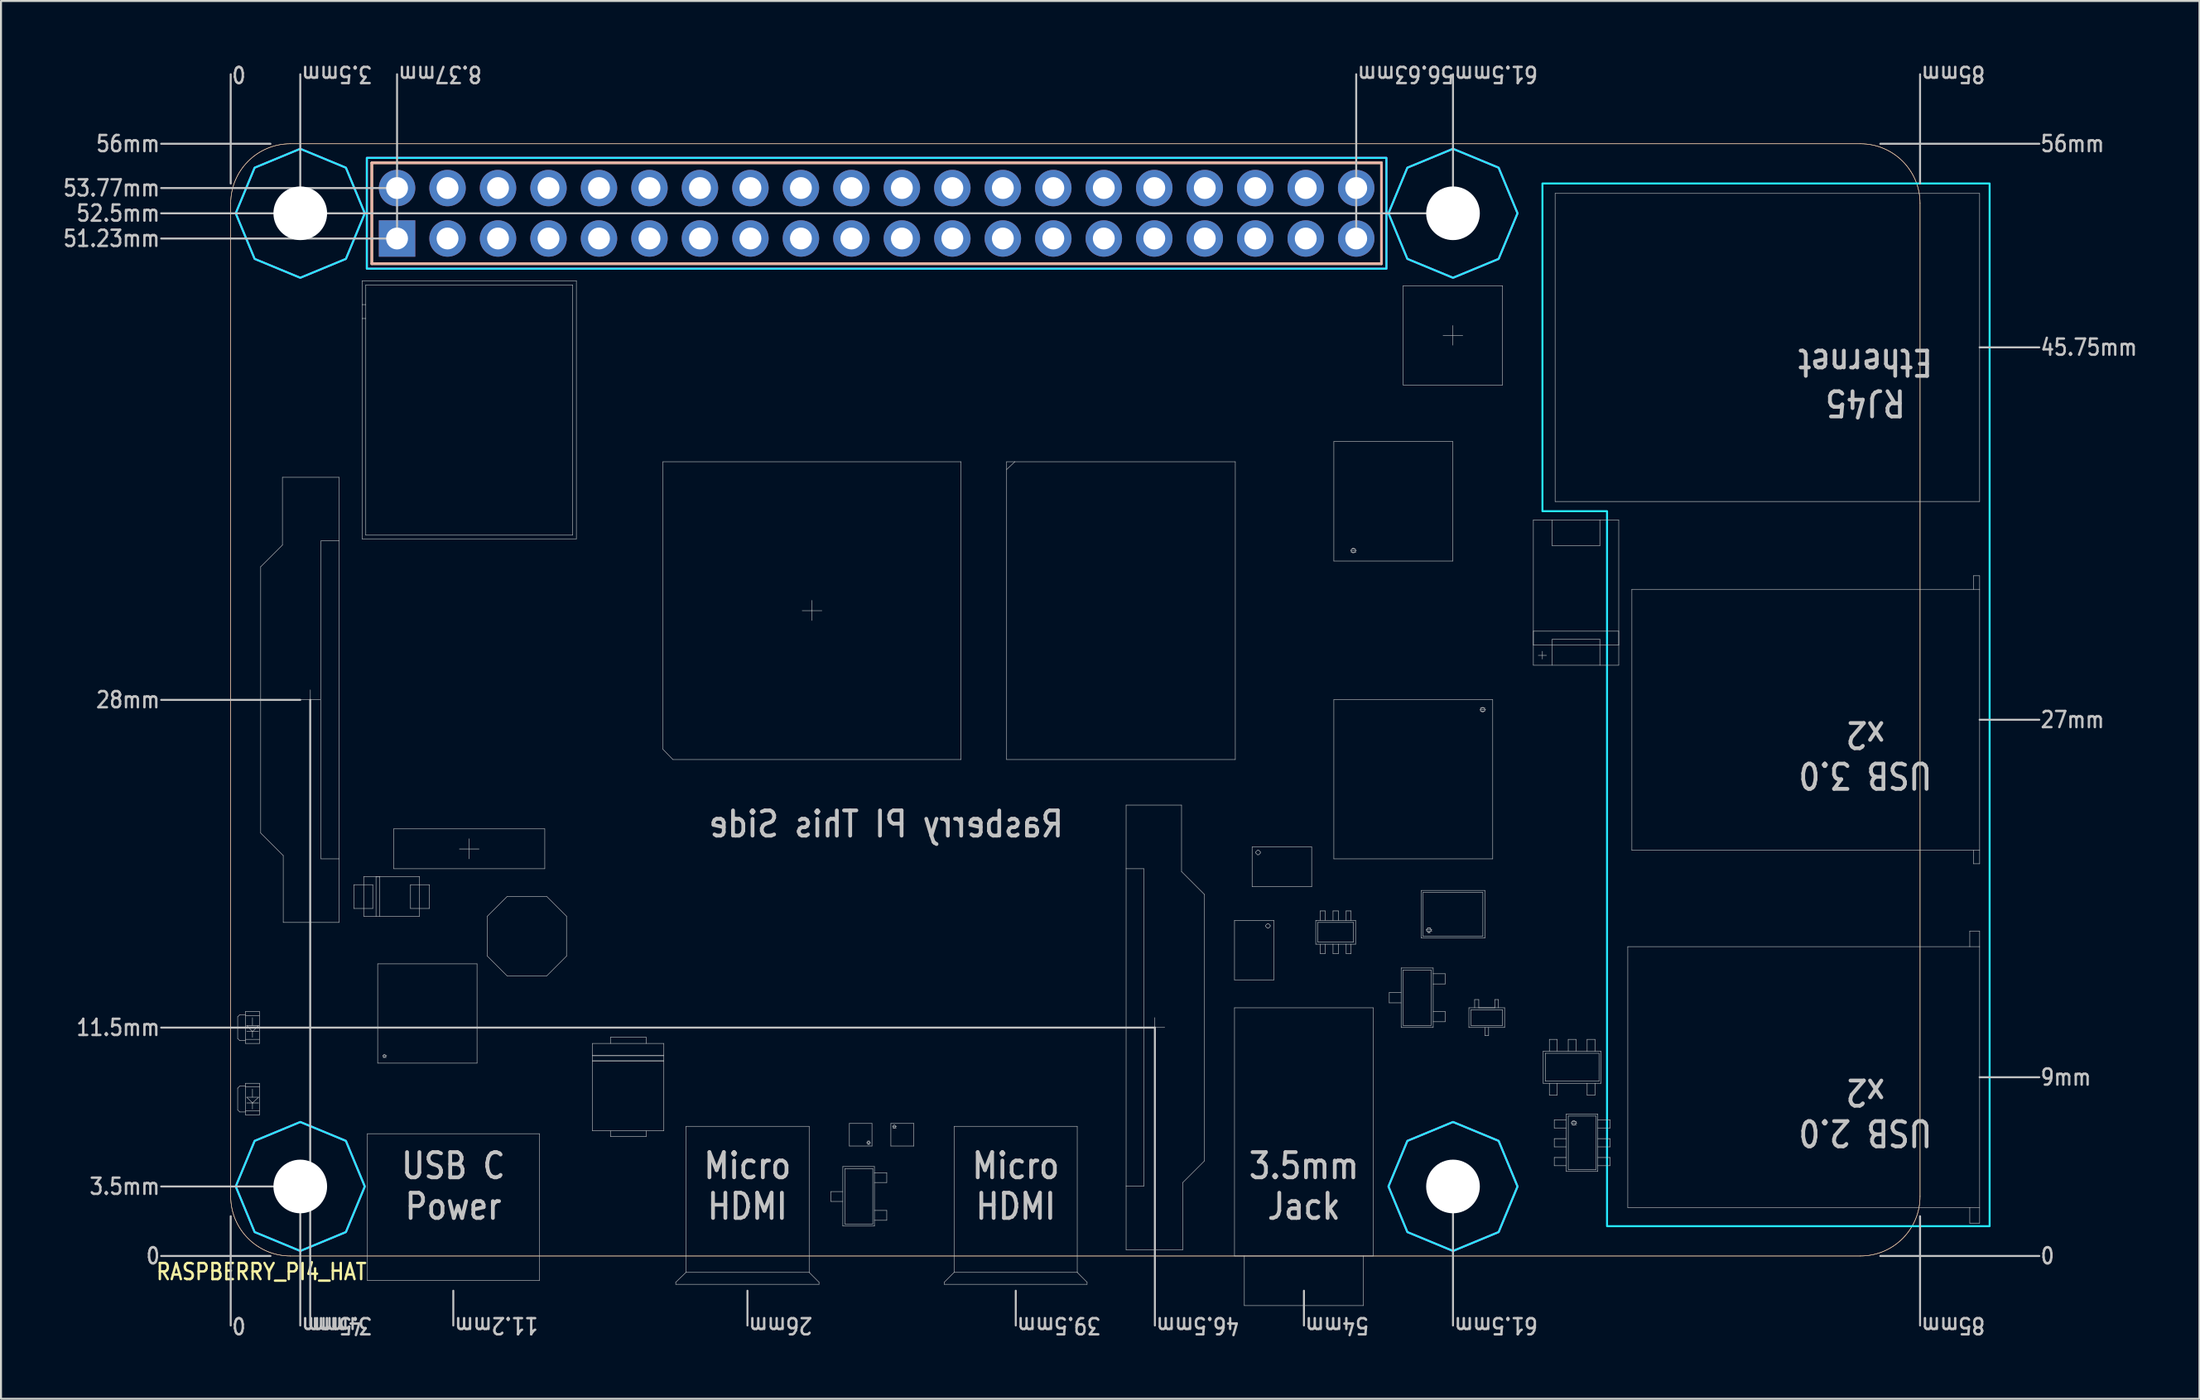
<source format=kicad_pcb>
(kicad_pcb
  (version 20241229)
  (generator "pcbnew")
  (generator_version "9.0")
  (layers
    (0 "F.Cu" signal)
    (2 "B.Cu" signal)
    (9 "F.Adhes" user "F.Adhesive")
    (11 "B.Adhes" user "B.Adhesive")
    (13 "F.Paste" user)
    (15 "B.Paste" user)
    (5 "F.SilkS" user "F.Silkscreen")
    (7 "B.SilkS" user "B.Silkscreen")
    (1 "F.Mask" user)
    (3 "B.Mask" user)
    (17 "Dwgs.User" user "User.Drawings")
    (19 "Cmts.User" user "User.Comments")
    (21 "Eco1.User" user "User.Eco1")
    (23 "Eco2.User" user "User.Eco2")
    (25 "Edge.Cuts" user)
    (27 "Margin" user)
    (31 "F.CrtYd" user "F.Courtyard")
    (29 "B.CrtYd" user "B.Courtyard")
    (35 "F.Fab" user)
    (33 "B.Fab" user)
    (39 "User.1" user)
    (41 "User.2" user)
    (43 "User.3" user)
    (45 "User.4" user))
  (footprint "RASPBERRY_PI4_HAT"
    (layer "F.Cu")
    (at 8.558 60.189)
    (property "Reference" "RASPBERRY_PI4_HAT" (at -3.81 1.27 0) (unlocked yes) (layer "F.SilkS") (effects (font (size 0.813 0.695) (thickness 0.122)) (justify left bottom)))
    (fp_circle (center 3.5 -52.5) (end 5.95 -52.5) (stroke (width 0) (type solid)) (fill yes) (layer "F.Mask"))
    (fp_circle (center 3.5 -52.5) (end 5.95 -52.5) (stroke (width 0) (type solid)) (fill yes) (layer "F.Mask"))
    (fp_circle (center 3.5 -3.5) (end 5.95 -3.5) (stroke (width 0) (type solid)) (fill yes) (layer "F.Mask"))
    (fp_circle (center 3.5 -3.5) (end 5.95 -3.5) (stroke (width 0) (type solid)) (fill yes) (layer "F.Mask"))
    (fp_circle (center 61.5 -52.5) (end 63.95 -52.5) (stroke (width 0) (type solid)) (fill yes) (layer "F.Mask"))
    (fp_circle (center 61.5 -52.5) (end 63.95 -52.5) (stroke (width 0) (type solid)) (fill yes) (layer "F.Mask"))
    (fp_circle (center 61.5 -3.5) (end 63.95 -3.5) (stroke (width 0) (type solid)) (fill yes) (layer "F.Mask"))
    (fp_circle (center 61.5 -3.5) (end 63.95 -3.5) (stroke (width 0) (type solid)) (fill yes) (layer "F.Mask"))
    (fp_circle (center 3.5 -52.5) (end 5.95 -52.5) (stroke (width 0) (type solid)) (fill yes) (layer "B.Mask"))
    (fp_circle (center 3.5 -3.5) (end 5.95 -3.5) (stroke (width 0) (type solid)) (fill yes) (layer "B.Mask"))
    (fp_circle (center 61.5 -52.5) (end 63.95 -52.5) (stroke (width 0) (type solid)) (fill yes) (layer "B.Mask"))
    (fp_circle (center 61.5 -3.5) (end 63.95 -3.5) (stroke (width 0) (type solid)) (fill yes) (layer "B.Mask"))
    (fp_line (start 0 -3) (end 0 -53) (stroke (width 0.025) (type solid)) (layer "F.SilkS"))
    (fp_line (start 3 -56) (end 82 -56) (stroke (width 0.025) (type solid)) (layer "F.SilkS"))
    (fp_line (start 7.1 -55.04) (end 7.1 -49.96) (stroke (width 0.127) (type solid)) (layer "F.SilkS"))
    (fp_line (start 7.1 -49.96) (end 57.9 -49.96) (stroke (width 0.127) (type solid)) (layer "F.SilkS"))
    (fp_line (start 57.9 -55.04) (end 7.1 -55.04) (stroke (width 0.127) (type solid)) (layer "F.SilkS"))
    (fp_line (start 57.9 -49.96) (end 57.9 -55.04) (stroke (width 0.127) (type solid)) (layer "F.SilkS"))
    (fp_line (start 82 0) (end 3 0) (stroke (width 0.025) (type solid)) (layer "F.SilkS"))
    (fp_line (start 85 -53) (end 85 -3) (stroke (width 0.025) (type solid)) (layer "F.SilkS"))
    (fp_arc (start 0 -53) (mid 0.87868 -55.12132) (end 3 -56) (stroke (width 0.025) (type solid)) (layer "F.SilkS"))
    (fp_arc (start 3 0) (mid 0.87868 -0.87868) (end 0 -3) (stroke (width 0.025) (type solid)) (layer "F.SilkS"))
    (fp_arc (start 82 -56) (mid 84.12132 -55.12132) (end 85 -53) (stroke (width 0.025) (type solid)) (layer "F.SilkS"))
    (fp_arc (start 85 -3) (mid 84.12132 -0.87868) (end 82 0) (stroke (width 0.025) (type solid)) (layer "F.SilkS"))
    (fp_line (start 0 -3) (end 0 -53) (stroke (width 0.025) (type solid)) (layer "B.SilkS"))
    (fp_line (start 3 -56) (end 82 -56) (stroke (width 0.025) (type solid)) (layer "B.SilkS"))
    (fp_line (start 7.1 -55.04) (end 7.1 -49.96) (stroke (width 0.127) (type solid)) (layer "B.SilkS"))
    (fp_line (start 7.1 -49.96) (end 57.9 -49.96) (stroke (width 0.127) (type solid)) (layer "B.SilkS"))
    (fp_line (start 57.9 -55.04) (end 7.1 -55.04) (stroke (width 0.127) (type solid)) (layer "B.SilkS"))
    (fp_line (start 57.9 -49.96) (end 57.9 -55.04) (stroke (width 0.127) (type solid)) (layer "B.SilkS"))
    (fp_line (start 82 0) (end 3 0) (stroke (width 0.025) (type solid)) (layer "B.SilkS"))
    (fp_line (start 85 -53) (end 85 -3) (stroke (width 0.025) (type solid)) (layer "B.SilkS"))
    (fp_arc (start 0 -53) (mid 0.87868 -55.12132) (end 3 -56) (stroke (width 0.025) (type solid)) (layer "B.SilkS"))
    (fp_arc (start 3 0) (mid 0.87868 -0.87868) (end 0 -3) (stroke (width 0.025) (type solid)) (layer "B.SilkS"))
    (fp_arc (start 82 -56) (mid 84.12132 -55.12132) (end 85 -53) (stroke (width 0.025) (type solid)) (layer "B.SilkS"))
    (fp_arc (start 85 -3) (mid 84.12132 -0.87868) (end 82 0) (stroke (width 0.025) (type solid)) (layer "B.SilkS"))
    (fp_line (start -3.5 -53.77) (end 8.75 -53.77) (stroke (width 0.1) (type solid)) (layer "Dwgs.User"))
    (fp_line (start -3.5 -51.23) (end 8.75 -51.23) (stroke (width 0.1) (type solid)) (layer "Dwgs.User"))
    (fp_line (start 0 -54) (end 0 -59.5) (stroke (width 0.1) (type solid)) (layer "Dwgs.User"))
    (fp_line (start 0 -2) (end 0 3.5) (stroke (width 0.1) (type solid)) (layer "Dwgs.User"))
    (fp_line (start 0.351 -12.043) (end 0.454 -12.146) (stroke (width 0.025) (type solid)) (layer "Dwgs.User"))
    (fp_line (start 0.351 -10.948) (end 0.351 -12.043) (stroke (width 0.025) (type solid)) (layer "Dwgs.User"))
    (fp_line (start 0.351 -8.449) (end 0.454 -8.552) (stroke (width 0.025) (type solid)) (layer "Dwgs.User"))
    (fp_line (start 0.351 -7.354) (end 0.351 -8.449) (stroke (width 0.025) (type solid)) (layer "Dwgs.User"))
    (fp_line (start 0.454 -12.146) (end 0.744 -12.146) (stroke (width 0.025) (type solid)) (layer "Dwgs.User"))
    (fp_line (start 0.454 -10.845) (end 0.351 -10.948) (stroke (width 0.025) (type solid)) (layer "Dwgs.User"))
    (fp_line (start 0.454 -8.552) (end 0.744 -8.552) (stroke (width 0.025) (type solid)) (layer "Dwgs.User"))
    (fp_line (start 0.454 -7.251) (end 0.351 -7.354) (stroke (width 0.025) (type solid)) (layer "Dwgs.User"))
    (fp_line (start 0.744 -12.311) (end 0.744 -10.7) (stroke (width 0.025) (type solid)) (layer "Dwgs.User"))
    (fp_line (start 0.744 -12.105) (end 1.446 -12.105) (stroke (width 0.025) (type solid)) (layer "Dwgs.User"))
    (fp_line (start 0.744 -10.907) (end 1.446 -10.907) (stroke (width 0.025) (type solid)) (layer "Dwgs.User"))
    (fp_line (start 0.744 -10.845) (end 0.454 -10.845) (stroke (width 0.025) (type solid)) (layer "Dwgs.User"))
    (fp_line (start 0.744 -10.7) (end 1.446 -10.7) (stroke (width 0.025) (type solid)) (layer "Dwgs.User"))
    (fp_line (start 0.744 -8.696) (end 0.744 -8.511) (stroke (width 0.025) (type solid)) (layer "Dwgs.User"))
    (fp_line (start 0.744 -8.511) (end 0.744 -7.312) (stroke (width 0.025) (type solid)) (layer "Dwgs.User"))
    (fp_line (start 0.744 -8.511) (end 1.446 -8.511) (stroke (width 0.025) (type solid)) (layer "Dwgs.User"))
    (fp_line (start 0.744 -7.312) (end 0.744 -7.106) (stroke (width 0.025) (type solid)) (layer "Dwgs.User"))
    (fp_line (start 0.744 -7.312) (end 1.446 -7.312) (stroke (width 0.025) (type solid)) (layer "Dwgs.User"))
    (fp_line (start 0.744 -7.251) (end 0.454 -7.251) (stroke (width 0.025) (type solid)) (layer "Dwgs.User"))
    (fp_line (start 0.744 -7.106) (end 1.446 -7.106) (stroke (width 0.025) (type solid)) (layer "Dwgs.User"))
    (fp_line (start 0.805 -11.609) (end 1.405 -11.609) (stroke (width 0.025) (type solid)) (layer "Dwgs.User"))
    (fp_line (start 0.805 -7.994) (end 1.405 -7.994) (stroke (width 0.025) (type solid)) (layer "Dwgs.User"))
    (fp_line (start 1.095 -12.002) (end 1.095 -11.609) (stroke (width 0.025) (type solid)) (layer "Dwgs.User"))
    (fp_line (start 1.095 -11.299) (end 0.805 -11.609) (stroke (width 0.025) (type solid)) (layer "Dwgs.User"))
    (fp_line (start 1.095 -11.299) (end 0.805 -11.299) (stroke (width 0.025) (type solid)) (layer "Dwgs.User"))
    (fp_line (start 1.095 -11.01) (end 1.095 -11.299) (stroke (width 0.025) (type solid)) (layer "Dwgs.User"))
    (fp_line (start 1.095 -8.407) (end 1.095 -7.994) (stroke (width 0.025) (type solid)) (layer "Dwgs.User"))
    (fp_line (start 1.095 -7.705) (end 0.805 -7.994) (stroke (width 0.025) (type solid)) (layer "Dwgs.User"))
    (fp_line (start 1.095 -7.705) (end 0.805 -7.705) (stroke (width 0.025) (type solid)) (layer "Dwgs.User"))
    (fp_line (start 1.095 -7.395) (end 1.095 -7.705) (stroke (width 0.025) (type solid)) (layer "Dwgs.User"))
    (fp_line (start 1.405 -11.609) (end 1.095 -11.299) (stroke (width 0.025) (type solid)) (layer "Dwgs.User"))
    (fp_line (start 1.405 -11.299) (end 1.095 -11.299) (stroke (width 0.025) (type solid)) (layer "Dwgs.User"))
    (fp_line (start 1.405 -7.994) (end 1.095 -7.705) (stroke (width 0.025) (type solid)) (layer "Dwgs.User"))
    (fp_line (start 1.405 -7.705) (end 1.095 -7.705) (stroke (width 0.025) (type solid)) (layer "Dwgs.User"))
    (fp_line (start 1.446 -12.311) (end 0.744 -12.311) (stroke (width 0.025) (type solid)) (layer "Dwgs.User"))
    (fp_line (start 1.446 -10.7) (end 1.446 -12.311) (stroke (width 0.025) (type solid)) (layer "Dwgs.User"))
    (fp_line (start 1.446 -8.696) (end 0.744 -8.696) (stroke (width 0.025) (type solid)) (layer "Dwgs.User"))
    (fp_line (start 1.446 -8.511) (end 1.446 -8.696) (stroke (width 0.025) (type solid)) (layer "Dwgs.User"))
    (fp_line (start 1.446 -7.312) (end 1.446 -8.511) (stroke (width 0.025) (type solid)) (layer "Dwgs.User"))
    (fp_line (start 1.446 -7.106) (end 1.446 -7.312) (stroke (width 0.025) (type solid)) (layer "Dwgs.User"))
    (fp_line (start 1.508 -34.703) (end 2.603 -35.798) (stroke (width 0.025) (type solid)) (layer "Dwgs.User"))
    (fp_line (start 1.508 -21.297) (end 1.508 -34.703) (stroke (width 0.025) (type solid)) (layer "Dwgs.User"))
    (fp_line (start 2 -56) (end -3.5 -56) (stroke (width 0.1) (type solid)) (layer "Dwgs.User"))
    (fp_line (start 2 0) (end -3.5 0) (stroke (width 0.1) (type solid)) (layer "Dwgs.User"))
    (fp_line (start 2.603 -39.206) (end 5.453 -39.206) (stroke (width 0.025) (type solid)) (layer "Dwgs.User"))
    (fp_line (start 2.603 -35.798) (end 2.603 -39.206) (stroke (width 0.025) (type solid)) (layer "Dwgs.User"))
    (fp_line (start 2.644 -20.161) (end 1.508 -21.297) (stroke (width 0.025) (type solid)) (layer "Dwgs.User"))
    (fp_line (start 2.644 -16.794) (end 2.644 -20.161) (stroke (width 0.025) (type solid)) (layer "Dwgs.User"))
    (fp_line (start 3.5 -59.5) (end 3.5 -52.5) (stroke (width 0.1) (type solid)) (layer "Dwgs.User"))
    (fp_line (start 3.5 -52.5) (end -3.5 -52.5) (stroke (width 0.1) (type solid)) (layer "Dwgs.User"))
    (fp_line (start 3.5 -28) (end -3.5 -28) (stroke (width 0.1) (type solid)) (layer "Dwgs.User"))
    (fp_line (start 3.5 -3.5) (end -3.5 -3.5) (stroke (width 0.1) (type solid)) (layer "Dwgs.User"))
    (fp_line (start 3.5 -3.5) (end 3.5 3.5) (stroke (width 0.1) (type solid)) (layer "Dwgs.User"))
    (fp_line (start 4 -28) (end 4 3.5) (stroke (width 0.1) (type solid)) (layer "Dwgs.User"))
    (fp_line (start 4.007 -27.494) (end 4.007 -28.506) (stroke (width 0.025) (type solid)) (layer "Dwgs.User"))
    (fp_line (start 4.503 -28.011) (end 3.512 -28.011) (stroke (width 0.025) (type solid)) (layer "Dwgs.User"))
    (fp_line (start 4.545 -36.004) (end 5.453 -36.004) (stroke (width 0.025) (type solid)) (layer "Dwgs.User"))
    (fp_line (start 4.545 -19.996) (end 4.545 -36.004) (stroke (width 0.025) (type solid)) (layer "Dwgs.User"))
    (fp_line (start 5.453 -39.206) (end 5.453 -36.004) (stroke (width 0.025) (type solid)) (layer "Dwgs.User"))
    (fp_line (start 5.453 -36.004) (end 5.453 -19.996) (stroke (width 0.025) (type solid)) (layer "Dwgs.User"))
    (fp_line (start 5.453 -19.996) (end 4.545 -19.996) (stroke (width 0.025) (type solid)) (layer "Dwgs.User"))
    (fp_line (start 5.453 -19.996) (end 5.453 -16.794) (stroke (width 0.025) (type solid)) (layer "Dwgs.User"))
    (fp_line (start 5.453 -16.794) (end 2.644 -16.794) (stroke (width 0.025) (type solid)) (layer "Dwgs.User"))
    (fp_line (start 6.197 -18.694) (end 7.147 -18.694) (stroke (width 0.025) (type solid)) (layer "Dwgs.User"))
    (fp_line (start 6.197 -17.496) (end 6.197 -18.694) (stroke (width 0.025) (type solid)) (layer "Dwgs.User"))
    (fp_line (start 6.61 -49.101) (end 17.393 -49.101) (stroke (width 0.025) (type solid)) (layer "Dwgs.User"))
    (fp_line (start 6.61 -47.903) (end 6.61 -49.101) (stroke (width 0.025) (type solid)) (layer "Dwgs.User"))
    (fp_line (start 6.61 -47.201) (end 6.61 -47.903) (stroke (width 0.025) (type solid)) (layer "Dwgs.User"))
    (fp_line (start 6.61 -36.108) (end 6.61 -47.201) (stroke (width 0.025) (type solid)) (layer "Dwgs.User"))
    (fp_line (start 6.692 -19.107) (end 7.312 -19.107) (stroke (width 0.025) (type solid)) (layer "Dwgs.User"))
    (fp_line (start 6.692 -17.104) (end 6.692 -19.107) (stroke (width 0.025) (type solid)) (layer "Dwgs.User"))
    (fp_line (start 6.796 -48.895) (end 17.207 -48.895) (stroke (width 0.025) (type solid)) (layer "Dwgs.User"))
    (fp_line (start 6.796 -47.903) (end 6.61 -47.903) (stroke (width 0.025) (type solid)) (layer "Dwgs.User"))
    (fp_line (start 6.796 -47.903) (end 6.796 -48.895) (stroke (width 0.025) (type solid)) (layer "Dwgs.User"))
    (fp_line (start 6.796 -47.201) (end 6.61 -47.201) (stroke (width 0.025) (type solid)) (layer "Dwgs.User"))
    (fp_line (start 6.796 -47.201) (end 6.796 -47.903) (stroke (width 0.025) (type solid)) (layer "Dwgs.User"))
    (fp_line (start 6.796 -36.294) (end 6.796 -47.201) (stroke (width 0.025) (type solid)) (layer "Dwgs.User"))
    (fp_line (start 6.879 -6.156) (end 15.534 -6.156) (stroke (width 0.025) (type solid)) (layer "Dwgs.User"))
    (fp_line (start 6.879 1.239) (end 6.879 -6.156) (stroke (width 0.025) (type solid)) (layer "Dwgs.User"))
    (fp_line (start 7.147 -18.694) (end 7.147 -17.496) (stroke (width 0.025) (type solid)) (layer "Dwgs.User"))
    (fp_line (start 7.147 -17.496) (end 6.197 -17.496) (stroke (width 0.025) (type solid)) (layer "Dwgs.User"))
    (fp_line (start 7.312 -19.107) (end 7.498 -19.107) (stroke (width 0.025) (type solid)) (layer "Dwgs.User"))
    (fp_line (start 7.312 -19.087) (end 7.498 -19.087) (stroke (width 0.025) (type solid)) (layer "Dwgs.User"))
    (fp_line (start 7.312 -17.104) (end 6.692 -17.104) (stroke (width 0.025) (type solid)) (layer "Dwgs.User"))
    (fp_line (start 7.312 -17.104) (end 7.312 -19.107) (stroke (width 0.025) (type solid)) (layer "Dwgs.User"))
    (fp_line (start 7.395 -14.708) (end 7.395 -9.709) (stroke (width 0.025) (type solid)) (layer "Dwgs.User"))
    (fp_line (start 7.395 -9.709) (end 12.394 -9.709) (stroke (width 0.025) (type solid)) (layer "Dwgs.User"))
    (fp_line (start 7.498 -19.107) (end 7.498 -17.104) (stroke (width 0.025) (type solid)) (layer "Dwgs.User"))
    (fp_line (start 7.498 -19.107) (end 9.502 -19.107) (stroke (width 0.025) (type solid)) (layer "Dwgs.User"))
    (fp_line (start 7.498 -17.104) (end 7.312 -17.104) (stroke (width 0.025) (type solid)) (layer "Dwgs.User"))
    (fp_line (start 7.663 -10.088) (end 7.663 -10.053) (stroke (width 0.025) (type solid)) (layer "Dwgs.User"))
    (fp_line (start 7.663 -10.081) (end 7.85 -10.081) (stroke (width 0.025) (type solid)) (layer "Dwgs.User"))
    (fp_line (start 7.663 -10.053) (end 7.718 -9.998) (stroke (width 0.025) (type solid)) (layer "Dwgs.User"))
    (fp_line (start 7.663 -9.998) (end 7.718 -9.998) (stroke (width 0.025) (type solid)) (layer "Dwgs.User"))
    (fp_line (start 7.718 -10.143) (end 7.663 -10.088) (stroke (width 0.025) (type solid)) (layer "Dwgs.User"))
    (fp_line (start 7.718 -9.998) (end 7.754 -9.998) (stroke (width 0.025) (type solid)) (layer "Dwgs.User"))
    (fp_line (start 7.754 -10.143) (end 7.718 -10.143) (stroke (width 0.025) (type solid)) (layer "Dwgs.User"))
    (fp_line (start 7.754 -9.998) (end 7.808 -10.053) (stroke (width 0.025) (type solid)) (layer "Dwgs.User"))
    (fp_line (start 7.754 -9.998) (end 7.829 -9.998) (stroke (width 0.025) (type solid)) (layer "Dwgs.User"))
    (fp_line (start 7.808 -10.088) (end 7.754 -10.143) (stroke (width 0.025) (type solid)) (layer "Dwgs.User"))
    (fp_line (start 7.808 -10.053) (end 7.808 -10.088) (stroke (width 0.025) (type solid)) (layer "Dwgs.User"))
    (fp_line (start 8.201 -21.504) (end 8.201 -19.5) (stroke (width 0.025) (type solid)) (layer "Dwgs.User"))
    (fp_line (start 8.201 -19.5) (end 15.802 -19.5) (stroke (width 0.025) (type solid)) (layer "Dwgs.User"))
    (fp_line (start 8.37 -51.23) (end 8.37 -59.5) (stroke (width 0.1) (type solid)) (layer "Dwgs.User"))
    (fp_line (start 9.047 -18.694) (end 9.047 -17.496) (stroke (width 0.025) (type solid)) (layer "Dwgs.User"))
    (fp_line (start 9.047 -17.496) (end 9.998 -17.496) (stroke (width 0.025) (type solid)) (layer "Dwgs.User"))
    (fp_line (start 9.502 -19.107) (end 9.502 -17.104) (stroke (width 0.025) (type solid)) (layer "Dwgs.User"))
    (fp_line (start 9.502 -17.104) (end 7.498 -17.104) (stroke (width 0.025) (type solid)) (layer "Dwgs.User"))
    (fp_line (start 9.998 -18.694) (end 9.047 -18.694) (stroke (width 0.025) (type solid)) (layer "Dwgs.User"))
    (fp_line (start 9.998 -17.496) (end 9.998 -18.694) (stroke (width 0.025) (type solid)) (layer "Dwgs.User"))
    (fp_line (start 11.2 1.75) (end 11.2 3.5) (stroke (width 0.1) (type solid)) (layer "Dwgs.User"))
    (fp_line (start 12.001 -19.996) (end 12.001 -21.008) (stroke (width 0.025) (type solid)) (layer "Dwgs.User"))
    (fp_line (start 12.394 -14.708) (end 7.395 -14.708) (stroke (width 0.025) (type solid)) (layer "Dwgs.User"))
    (fp_line (start 12.394 -9.709) (end 12.394 -14.708) (stroke (width 0.025) (type solid)) (layer "Dwgs.User"))
    (fp_line (start 12.497 -20.492) (end 11.506 -20.492) (stroke (width 0.025) (type solid)) (layer "Dwgs.User"))
    (fp_line (start 12.91 -17.104) (end 12.91 -15.1) (stroke (width 0.025) (type solid)) (layer "Dwgs.User"))
    (fp_line (start 12.91 -15.1) (end 13.902 -14.109) (stroke (width 0.025) (type solid)) (layer "Dwgs.User"))
    (fp_line (start 13.902 -18.095) (end 12.91 -17.104) (stroke (width 0.025) (type solid)) (layer "Dwgs.User"))
    (fp_line (start 13.902 -14.109) (end 15.906 -14.109) (stroke (width 0.025) (type solid)) (layer "Dwgs.User"))
    (fp_line (start 15.534 -6.156) (end 15.534 1.239) (stroke (width 0.025) (type solid)) (layer "Dwgs.User"))
    (fp_line (start 15.534 1.239) (end 6.879 1.239) (stroke (width 0.025) (type solid)) (layer "Dwgs.User"))
    (fp_line (start 15.802 -21.504) (end 8.201 -21.504) (stroke (width 0.025) (type solid)) (layer "Dwgs.User"))
    (fp_line (start 15.802 -19.5) (end 15.802 -21.504) (stroke (width 0.025) (type solid)) (layer "Dwgs.User"))
    (fp_line (start 15.906 -18.095) (end 13.902 -18.095) (stroke (width 0.025) (type solid)) (layer "Dwgs.User"))
    (fp_line (start 15.906 -14.109) (end 16.897 -15.1) (stroke (width 0.025) (type solid)) (layer "Dwgs.User"))
    (fp_line (start 16.897 -17.104) (end 15.906 -18.095) (stroke (width 0.025) (type solid)) (layer "Dwgs.User"))
    (fp_line (start 16.897 -15.1) (end 16.897 -17.104) (stroke (width 0.025) (type solid)) (layer "Dwgs.User"))
    (fp_line (start 17.207 -48.895) (end 17.207 -36.294) (stroke (width 0.025) (type solid)) (layer "Dwgs.User"))
    (fp_line (start 17.207 -36.294) (end 6.796 -36.294) (stroke (width 0.025) (type solid)) (layer "Dwgs.User"))
    (fp_line (start 17.393 -49.101) (end 17.393 -36.108) (stroke (width 0.025) (type solid)) (layer "Dwgs.User"))
    (fp_line (start 17.393 -36.108) (end 6.61 -36.108) (stroke (width 0.025) (type solid)) (layer "Dwgs.User"))
    (fp_line (start 18.198 -10.7) (end 18.198 -10.101) (stroke (width 0.025) (type solid)) (layer "Dwgs.User"))
    (fp_line (start 18.198 -10.101) (end 21.793 -10.101) (stroke (width 0.025) (type solid)) (layer "Dwgs.User"))
    (fp_line (start 18.198 -10.081) (end 21.793 -10.081) (stroke (width 0.025) (type solid)) (layer "Dwgs.User"))
    (fp_line (start 18.198 -9.833) (end 21.793 -9.833) (stroke (width 0.025) (type solid)) (layer "Dwgs.User"))
    (fp_line (start 18.198 -9.812) (end 18.198 -10.101) (stroke (width 0.025) (type solid)) (layer "Dwgs.User"))
    (fp_line (start 18.198 -9.812) (end 18.198 -6.3) (stroke (width 0.025) (type solid)) (layer "Dwgs.User"))
    (fp_line (start 18.198 -6.3) (end 21.793 -6.3) (stroke (width 0.025) (type solid)) (layer "Dwgs.User"))
    (fp_line (start 19.107 -11.01) (end 20.905 -11.01) (stroke (width 0.025) (type solid)) (layer "Dwgs.User"))
    (fp_line (start 19.107 -10.7) (end 19.107 -11.01) (stroke (width 0.025) (type solid)) (layer "Dwgs.User"))
    (fp_line (start 19.107 -6.3) (end 19.107 -6.011) (stroke (width 0.025) (type solid)) (layer "Dwgs.User"))
    (fp_line (start 19.107 -6.011) (end 20.905 -6.011) (stroke (width 0.025) (type solid)) (layer "Dwgs.User"))
    (fp_line (start 20.905 -10.7) (end 20.905 -11.01) (stroke (width 0.025) (type solid)) (layer "Dwgs.User"))
    (fp_line (start 20.905 -6.3) (end 20.905 -6.011) (stroke (width 0.025) (type solid)) (layer "Dwgs.User"))
    (fp_line (start 21.751 -39.991) (end 21.751 -25.511) (stroke (width 0.025) (type solid)) (layer "Dwgs.User"))
    (fp_line (start 21.751 -25.511) (end 22.247 -24.995) (stroke (width 0.025) (type solid)) (layer "Dwgs.User"))
    (fp_line (start 21.793 -10.7) (end 18.198 -10.7) (stroke (width 0.025) (type solid)) (layer "Dwgs.User"))
    (fp_line (start 21.793 -10.7) (end 21.793 -10.101) (stroke (width 0.025) (type solid)) (layer "Dwgs.User"))
    (fp_line (start 21.793 -10.101) (end 21.793 -9.812) (stroke (width 0.025) (type solid)) (layer "Dwgs.User"))
    (fp_line (start 21.793 -9.812) (end 18.198 -9.812) (stroke (width 0.025) (type solid)) (layer "Dwgs.User"))
    (fp_line (start 21.793 -9.812) (end 21.793 -6.3) (stroke (width 0.025) (type solid)) (layer "Dwgs.User"))
    (fp_line (start 22.247 -24.995) (end 36.748 -24.995) (stroke (width 0.025) (type solid)) (layer "Dwgs.User"))
    (fp_line (start 22.392 1.322) (end 22.392 1.425) (stroke (width 0.025) (type solid)) (layer "Dwgs.User"))
    (fp_line (start 22.392 1.425) (end 29.601 1.425) (stroke (width 0.025) (type solid)) (layer "Dwgs.User"))
    (fp_line (start 22.908 -6.528) (end 29.105 -6.528) (stroke (width 0.025) (type solid)) (layer "Dwgs.User"))
    (fp_line (start 22.908 0.826) (end 22.392 1.322) (stroke (width 0.025) (type solid)) (layer "Dwgs.User"))
    (fp_line (start 22.908 0.826) (end 22.908 -6.528) (stroke (width 0.025) (type solid)) (layer "Dwgs.User"))
    (fp_line (start 26 1.75) (end 26 3.5) (stroke (width 0.1) (type solid)) (layer "Dwgs.User"))
    (fp_line (start 29.105 -6.528) (end 29.105 0.826) (stroke (width 0.025) (type solid)) (layer "Dwgs.User"))
    (fp_line (start 29.105 0.826) (end 22.908 0.826) (stroke (width 0.025) (type solid)) (layer "Dwgs.User"))
    (fp_line (start 29.25 -33.009) (end 29.25 -32.493) (stroke (width 0.025) (type solid)) (layer "Dwgs.User"))
    (fp_line (start 29.25 -32.493) (end 28.754 -32.493) (stroke (width 0.025) (type solid)) (layer "Dwgs.User"))
    (fp_line (start 29.25 -32.493) (end 29.25 -31.998) (stroke (width 0.025) (type solid)) (layer "Dwgs.User"))
    (fp_line (start 29.601 1.322) (end 29.105 0.826) (stroke (width 0.025) (type solid)) (layer "Dwgs.User"))
    (fp_line (start 29.601 1.425) (end 29.601 1.322) (stroke (width 0.025) (type solid)) (layer "Dwgs.User"))
    (fp_line (start 29.745 -32.493) (end 29.25 -32.493) (stroke (width 0.025) (type solid)) (layer "Dwgs.User"))
    (fp_line (start 30.2 -3.243) (end 30.799 -3.243) (stroke (width 0.025) (type solid)) (layer "Dwgs.User"))
    (fp_line (start 30.2 -2.747) (end 30.2 -3.243) (stroke (width 0.025) (type solid)) (layer "Dwgs.User"))
    (fp_line (start 30.799 -4.503) (end 30.799 -1.508) (stroke (width 0.025) (type solid)) (layer "Dwgs.User"))
    (fp_line (start 30.799 -2.747) (end 30.2 -2.747) (stroke (width 0.025) (type solid)) (layer "Dwgs.User"))
    (fp_line (start 30.799 -1.508) (end 32.389 -1.508) (stroke (width 0.025) (type solid)) (layer "Dwgs.User"))
    (fp_line (start 30.902 -4.4) (end 30.902 -1.611) (stroke (width 0.025) (type solid)) (layer "Dwgs.User"))
    (fp_line (start 30.902 -1.611) (end 32.307 -1.611) (stroke (width 0.025) (type solid)) (layer "Dwgs.User"))
    (fp_line (start 31.129 -6.672) (end 32.266 -6.672) (stroke (width 0.025) (type solid)) (layer "Dwgs.User"))
    (fp_line (start 31.129 -5.536) (end 31.129 -6.672) (stroke (width 0.025) (type solid)) (layer "Dwgs.User"))
    (fp_line (start 31.997 -5.701) (end 32.204 -5.701) (stroke (width 0.025) (type solid)) (layer "Dwgs.User"))
    (fp_line (start 32.018 -5.73) (end 32.018 -5.694) (stroke (width 0.025) (type solid)) (layer "Dwgs.User"))
    (fp_line (start 32.018 -5.694) (end 32.072 -5.639) (stroke (width 0.025) (type solid)) (layer "Dwgs.User"))
    (fp_line (start 32.038 -5.784) (end 32.072 -5.784) (stroke (width 0.025) (type solid)) (layer "Dwgs.User"))
    (fp_line (start 32.038 -5.619) (end 32.162 -5.619) (stroke (width 0.025) (type solid)) (layer "Dwgs.User"))
    (fp_line (start 32.072 -5.784) (end 32.018 -5.73) (stroke (width 0.025) (type solid)) (layer "Dwgs.User"))
    (fp_line (start 32.072 -5.639) (end 32.108 -5.639) (stroke (width 0.025) (type solid)) (layer "Dwgs.User"))
    (fp_line (start 32.108 -5.784) (end 32.072 -5.784) (stroke (width 0.025) (type solid)) (layer "Dwgs.User"))
    (fp_line (start 32.108 -5.784) (end 32.162 -5.784) (stroke (width 0.025) (type solid)) (layer "Dwgs.User"))
    (fp_line (start 32.108 -5.639) (end 32.162 -5.694) (stroke (width 0.025) (type solid)) (layer "Dwgs.User"))
    (fp_line (start 32.162 -5.73) (end 32.108 -5.784) (stroke (width 0.025) (type solid)) (layer "Dwgs.User"))
    (fp_line (start 32.162 -5.694) (end 32.162 -5.73) (stroke (width 0.025) (type solid)) (layer "Dwgs.User"))
    (fp_line (start 32.266 -6.672) (end 32.266 -5.536) (stroke (width 0.025) (type solid)) (layer "Dwgs.User"))
    (fp_line (start 32.266 -5.536) (end 31.129 -5.536) (stroke (width 0.025) (type solid)) (layer "Dwgs.User"))
    (fp_line (start 32.307 -4.4) (end 30.902 -4.4) (stroke (width 0.025) (type solid)) (layer "Dwgs.User"))
    (fp_line (start 32.307 -1.611) (end 32.307 -4.4) (stroke (width 0.025) (type solid)) (layer "Dwgs.User"))
    (fp_line (start 32.389 -4.503) (end 30.799 -4.503) (stroke (width 0.025) (type solid)) (layer "Dwgs.User"))
    (fp_line (start 32.389 -4.193) (end 32.389 -4.503) (stroke (width 0.025) (type solid)) (layer "Dwgs.User"))
    (fp_line (start 32.389 -3.698) (end 33.009 -3.698) (stroke (width 0.025) (type solid)) (layer "Dwgs.User"))
    (fp_line (start 32.389 -1.797) (end 33.009 -1.797) (stroke (width 0.025) (type solid)) (layer "Dwgs.User"))
    (fp_line (start 32.389 -1.508) (end 32.389 -4.193) (stroke (width 0.025) (type solid)) (layer "Dwgs.User"))
    (fp_line (start 33.009 -4.193) (end 32.389 -4.193) (stroke (width 0.025) (type solid)) (layer "Dwgs.User"))
    (fp_line (start 33.009 -4.193) (end 33.009 -3.698) (stroke (width 0.025) (type solid)) (layer "Dwgs.User"))
    (fp_line (start 33.009 -2.293) (end 32.389 -2.293) (stroke (width 0.025) (type solid)) (layer "Dwgs.User"))
    (fp_line (start 33.009 -2.293) (end 33.009 -1.797) (stroke (width 0.025) (type solid)) (layer "Dwgs.User"))
    (fp_line (start 33.216 -6.672) (end 34.372 -6.672) (stroke (width 0.025) (type solid)) (layer "Dwgs.User"))
    (fp_line (start 33.216 -5.536) (end 33.216 -6.672) (stroke (width 0.025) (type solid)) (layer "Dwgs.User"))
    (fp_line (start 33.299 -6.528) (end 33.505 -6.528) (stroke (width 0.025) (type solid)) (layer "Dwgs.User"))
    (fp_line (start 33.319 -6.535) (end 33.319 -6.5) (stroke (width 0.025) (type solid)) (layer "Dwgs.User"))
    (fp_line (start 33.319 -6.5) (end 33.373 -6.445) (stroke (width 0.025) (type solid)) (layer "Dwgs.User"))
    (fp_line (start 33.319 -6.445) (end 33.373 -6.445) (stroke (width 0.025) (type solid)) (layer "Dwgs.User"))
    (fp_line (start 33.373 -6.59) (end 33.319 -6.535) (stroke (width 0.025) (type solid)) (layer "Dwgs.User"))
    (fp_line (start 33.373 -6.445) (end 33.409 -6.445) (stroke (width 0.025) (type solid)) (layer "Dwgs.User"))
    (fp_line (start 33.409 -6.59) (end 33.373 -6.59) (stroke (width 0.025) (type solid)) (layer "Dwgs.User"))
    (fp_line (start 33.409 -6.445) (end 33.464 -6.5) (stroke (width 0.025) (type solid)) (layer "Dwgs.User"))
    (fp_line (start 33.409 -6.445) (end 33.484 -6.445) (stroke (width 0.025) (type solid)) (layer "Dwgs.User"))
    (fp_line (start 33.464 -6.535) (end 33.409 -6.59) (stroke (width 0.025) (type solid)) (layer "Dwgs.User"))
    (fp_line (start 33.464 -6.5) (end 33.464 -6.535) (stroke (width 0.025) (type solid)) (layer "Dwgs.User"))
    (fp_line (start 34.372 -6.672) (end 34.372 -5.536) (stroke (width 0.025) (type solid)) (layer "Dwgs.User"))
    (fp_line (start 34.372 -5.536) (end 33.216 -5.536) (stroke (width 0.025) (type solid)) (layer "Dwgs.User"))
    (fp_line (start 35.901 1.322) (end 36.397 0.826) (stroke (width 0.025) (type solid)) (layer "Dwgs.User"))
    (fp_line (start 35.901 1.425) (end 35.901 1.322) (stroke (width 0.025) (type solid)) (layer "Dwgs.User"))
    (fp_line (start 36.397 -6.528) (end 36.397 0.826) (stroke (width 0.025) (type solid)) (layer "Dwgs.User"))
    (fp_line (start 36.397 0.826) (end 42.594 0.826) (stroke (width 0.025) (type solid)) (layer "Dwgs.User"))
    (fp_line (start 36.748 -39.991) (end 21.751 -39.991) (stroke (width 0.025) (type solid)) (layer "Dwgs.User"))
    (fp_line (start 36.748 -39.991) (end 36.748 -24.995) (stroke (width 0.025) (type solid)) (layer "Dwgs.User"))
    (fp_line (start 39.041 -39.991) (end 39.454 -39.991) (stroke (width 0.025) (type solid)) (layer "Dwgs.User"))
    (fp_line (start 39.041 -39.599) (end 39.041 -39.991) (stroke (width 0.025) (type solid)) (layer "Dwgs.User"))
    (fp_line (start 39.041 -24.995) (end 39.041 -39.599) (stroke (width 0.025) (type solid)) (layer "Dwgs.User"))
    (fp_line (start 39.454 -39.991) (end 39.041 -39.599) (stroke (width 0.025) (type solid)) (layer "Dwgs.User"))
    (fp_line (start 39.454 -39.991) (end 50.547 -39.991) (stroke (width 0.025) (type solid)) (layer "Dwgs.User"))
    (fp_line (start 39.5 1.75) (end 39.5 3.5) (stroke (width 0.1) (type solid)) (layer "Dwgs.User"))
    (fp_line (start 42.594 -6.528) (end 36.397 -6.528) (stroke (width 0.025) (type solid)) (layer "Dwgs.User"))
    (fp_line (start 42.594 0.826) (end 42.594 -6.528) (stroke (width 0.025) (type solid)) (layer "Dwgs.User"))
    (fp_line (start 42.594 0.826) (end 43.089 1.322) (stroke (width 0.025) (type solid)) (layer "Dwgs.User"))
    (fp_line (start 43.089 1.322) (end 43.089 1.425) (stroke (width 0.025) (type solid)) (layer "Dwgs.User"))
    (fp_line (start 43.089 1.425) (end 35.901 1.425) (stroke (width 0.025) (type solid)) (layer "Dwgs.User"))
    (fp_line (start 45.052 -22.702) (end 47.841 -22.702) (stroke (width 0.025) (type solid)) (layer "Dwgs.User"))
    (fp_line (start 45.052 -19.5) (end 45.052 -22.702) (stroke (width 0.025) (type solid)) (layer "Dwgs.User"))
    (fp_line (start 45.052 -19.5) (end 45.94 -19.5) (stroke (width 0.025) (type solid)) (layer "Dwgs.User"))
    (fp_line (start 45.052 -3.512) (end 45.052 -19.5) (stroke (width 0.025) (type solid)) (layer "Dwgs.User"))
    (fp_line (start 45.052 -0.31) (end 45.052 -3.512) (stroke (width 0.025) (type solid)) (layer "Dwgs.User"))
    (fp_line (start 45.94 -19.5) (end 45.94 -3.512) (stroke (width 0.025) (type solid)) (layer "Dwgs.User"))
    (fp_line (start 45.94 -3.512) (end 45.052 -3.512) (stroke (width 0.025) (type solid)) (layer "Dwgs.User"))
    (fp_line (start 46.498 -11.01) (end 46.498 -12.002) (stroke (width 0.025) (type solid)) (layer "Dwgs.User"))
    (fp_line (start 46.5 -11.5) (end -3.5 -11.5) (stroke (width 0.1) (type solid)) (layer "Dwgs.User"))
    (fp_line (start 46.5 -11.5) (end 46.5 3.5) (stroke (width 0.1) (type solid)) (layer "Dwgs.User"))
    (fp_line (start 46.994 -11.506) (end 46.002 -11.506) (stroke (width 0.025) (type solid)) (layer "Dwgs.User"))
    (fp_line (start 47.841 -22.702) (end 47.841 -19.355) (stroke (width 0.025) (type solid)) (layer "Dwgs.User"))
    (fp_line (start 47.841 -19.355) (end 48.997 -18.199) (stroke (width 0.025) (type solid)) (layer "Dwgs.User"))
    (fp_line (start 47.903 -3.698) (end 47.903 -0.31) (stroke (width 0.025) (type solid)) (layer "Dwgs.User"))
    (fp_line (start 47.903 -0.31) (end 45.052 -0.31) (stroke (width 0.025) (type solid)) (layer "Dwgs.User"))
    (fp_line (start 48.997 -18.199) (end 48.997 -4.792) (stroke (width 0.025) (type solid)) (layer "Dwgs.User"))
    (fp_line (start 48.997 -4.792) (end 47.903 -3.698) (stroke (width 0.025) (type solid)) (layer "Dwgs.User"))
    (fp_line (start 50.506 -16.897) (end 52.488 -16.897) (stroke (width 0.025) (type solid)) (layer "Dwgs.User"))
    (fp_line (start 50.506 -13.902) (end 50.506 -16.897) (stroke (width 0.025) (type solid)) (layer "Dwgs.User"))
    (fp_line (start 50.506 -12.497) (end 57.487 -12.497) (stroke (width 0.025) (type solid)) (layer "Dwgs.User"))
    (fp_line (start 50.506 0) (end 50.506 -12.497) (stroke (width 0.025) (type solid)) (layer "Dwgs.User"))
    (fp_line (start 50.547 -39.991) (end 50.547 -24.995) (stroke (width 0.025) (type solid)) (layer "Dwgs.User"))
    (fp_line (start 50.547 -24.995) (end 39.041 -24.995) (stroke (width 0.025) (type solid)) (layer "Dwgs.User"))
    (fp_line (start 51.001 0) (end 50.506 0) (stroke (width 0.025) (type solid)) (layer "Dwgs.User"))
    (fp_line (start 51.001 0) (end 56.992 0) (stroke (width 0.025) (type solid)) (layer "Dwgs.User"))
    (fp_line (start 51.001 2.499) (end 51.001 0) (stroke (width 0.025) (type solid)) (layer "Dwgs.User"))
    (fp_line (start 51.393 -20.595) (end 54.389 -20.595) (stroke (width 0.025) (type solid)) (layer "Dwgs.User"))
    (fp_line (start 51.393 -18.591) (end 51.393 -20.595) (stroke (width 0.025) (type solid)) (layer "Dwgs.User"))
    (fp_line (start 51.579 -20.345) (end 51.579 -20.287) (stroke (width 0.025) (type solid)) (layer "Dwgs.User"))
    (fp_line (start 51.579 -20.287) (end 51.664 -20.202) (stroke (width 0.025) (type solid)) (layer "Dwgs.User"))
    (fp_line (start 51.664 -20.429) (end 51.579 -20.345) (stroke (width 0.025) (type solid)) (layer "Dwgs.User"))
    (fp_line (start 51.664 -20.202) (end 51.721 -20.202) (stroke (width 0.025) (type solid)) (layer "Dwgs.User"))
    (fp_line (start 51.721 -20.429) (end 51.664 -20.429) (stroke (width 0.025) (type solid)) (layer "Dwgs.User"))
    (fp_line (start 51.721 -20.202) (end 51.807 -20.287) (stroke (width 0.025) (type solid)) (layer "Dwgs.User"))
    (fp_line (start 51.807 -20.345) (end 51.721 -20.429) (stroke (width 0.025) (type solid)) (layer "Dwgs.User"))
    (fp_line (start 51.807 -20.287) (end 51.807 -20.345) (stroke (width 0.025) (type solid)) (layer "Dwgs.User"))
    (fp_line (start 52.075 -16.648) (end 52.075 -16.591) (stroke (width 0.025) (type solid)) (layer "Dwgs.User"))
    (fp_line (start 52.075 -16.591) (end 52.16 -16.505) (stroke (width 0.025) (type solid)) (layer "Dwgs.User"))
    (fp_line (start 52.16 -16.732) (end 52.075 -16.648) (stroke (width 0.025) (type solid)) (layer "Dwgs.User"))
    (fp_line (start 52.16 -16.505) (end 52.217 -16.505) (stroke (width 0.025) (type solid)) (layer "Dwgs.User"))
    (fp_line (start 52.217 -16.732) (end 52.16 -16.732) (stroke (width 0.025) (type solid)) (layer "Dwgs.User"))
    (fp_line (start 52.217 -16.505) (end 52.302 -16.591) (stroke (width 0.025) (type solid)) (layer "Dwgs.User"))
    (fp_line (start 52.302 -16.648) (end 52.217 -16.732) (stroke (width 0.025) (type solid)) (layer "Dwgs.User"))
    (fp_line (start 52.302 -16.591) (end 52.302 -16.648) (stroke (width 0.025) (type solid)) (layer "Dwgs.User"))
    (fp_line (start 52.488 -16.897) (end 52.488 -13.902) (stroke (width 0.025) (type solid)) (layer "Dwgs.User"))
    (fp_line (start 52.488 -13.902) (end 50.506 -13.902) (stroke (width 0.025) (type solid)) (layer "Dwgs.User"))
    (fp_line (start 54 1.75) (end 54 3.5) (stroke (width 0.1) (type solid)) (layer "Dwgs.User"))
    (fp_line (start 54.389 -20.595) (end 54.389 -18.591) (stroke (width 0.025) (type solid)) (layer "Dwgs.User"))
    (fp_line (start 54.389 -18.591) (end 51.393 -18.591) (stroke (width 0.025) (type solid)) (layer "Dwgs.User"))
    (fp_line (start 54.595 -16.897) (end 55.463 -16.897) (stroke (width 0.025) (type solid)) (layer "Dwgs.User"))
    (fp_line (start 54.595 -15.7) (end 54.595 -16.897) (stroke (width 0.025) (type solid)) (layer "Dwgs.User"))
    (fp_line (start 54.699 -16.794) (end 56.495 -16.794) (stroke (width 0.025) (type solid)) (layer "Dwgs.User"))
    (fp_line (start 54.699 -15.803) (end 54.699 -16.794) (stroke (width 0.025) (type solid)) (layer "Dwgs.User"))
    (fp_line (start 54.822 -17.373) (end 55.07 -17.373) (stroke (width 0.025) (type solid)) (layer "Dwgs.User"))
    (fp_line (start 54.822 -16.897) (end 54.822 -17.373) (stroke (width 0.025) (type solid)) (layer "Dwgs.User"))
    (fp_line (start 54.822 -15.7) (end 54.822 -15.224) (stroke (width 0.025) (type solid)) (layer "Dwgs.User"))
    (fp_line (start 54.822 -15.224) (end 55.07 -15.224) (stroke (width 0.025) (type solid)) (layer "Dwgs.User"))
    (fp_line (start 55.07 -17.373) (end 55.07 -16.897) (stroke (width 0.025) (type solid)) (layer "Dwgs.User"))
    (fp_line (start 55.07 -15.224) (end 55.07 -15.7) (stroke (width 0.025) (type solid)) (layer "Dwgs.User"))
    (fp_line (start 55.463 -17.373) (end 55.732 -17.373) (stroke (width 0.025) (type solid)) (layer "Dwgs.User"))
    (fp_line (start 55.463 -16.897) (end 55.463 -17.373) (stroke (width 0.025) (type solid)) (layer "Dwgs.User"))
    (fp_line (start 55.463 -16.897) (end 55.732 -16.897) (stroke (width 0.025) (type solid)) (layer "Dwgs.User"))
    (fp_line (start 55.463 -15.7) (end 54.595 -15.7) (stroke (width 0.025) (type solid)) (layer "Dwgs.User"))
    (fp_line (start 55.463 -15.7) (end 55.463 -15.224) (stroke (width 0.025) (type solid)) (layer "Dwgs.User"))
    (fp_line (start 55.463 -15.224) (end 55.732 -15.224) (stroke (width 0.025) (type solid)) (layer "Dwgs.User"))
    (fp_line (start 55.504 -41.004) (end 55.504 -34.992) (stroke (width 0.025) (type solid)) (layer "Dwgs.User"))
    (fp_line (start 55.504 -34.992) (end 61.495 -34.992) (stroke (width 0.025) (type solid)) (layer "Dwgs.User"))
    (fp_line (start 55.504 -28.011) (end 63.498 -28.011) (stroke (width 0.025) (type solid)) (layer "Dwgs.User"))
    (fp_line (start 55.504 -19.996) (end 55.504 -28.011) (stroke (width 0.025) (type solid)) (layer "Dwgs.User"))
    (fp_line (start 55.732 -17.373) (end 55.732 -16.897) (stroke (width 0.025) (type solid)) (layer "Dwgs.User"))
    (fp_line (start 55.732 -16.897) (end 56.124 -16.897) (stroke (width 0.025) (type solid)) (layer "Dwgs.User"))
    (fp_line (start 55.732 -15.7) (end 55.463 -15.7) (stroke (width 0.025) (type solid)) (layer "Dwgs.User"))
    (fp_line (start 55.732 -15.224) (end 55.732 -15.7) (stroke (width 0.025) (type solid)) (layer "Dwgs.User"))
    (fp_line (start 56.124 -17.373) (end 56.372 -17.373) (stroke (width 0.025) (type solid)) (layer "Dwgs.User"))
    (fp_line (start 56.124 -16.897) (end 56.124 -17.373) (stroke (width 0.025) (type solid)) (layer "Dwgs.User"))
    (fp_line (start 56.124 -16.897) (end 56.372 -16.897) (stroke (width 0.025) (type solid)) (layer "Dwgs.User"))
    (fp_line (start 56.124 -15.7) (end 55.732 -15.7) (stroke (width 0.025) (type solid)) (layer "Dwgs.User"))
    (fp_line (start 56.124 -15.7) (end 56.124 -15.224) (stroke (width 0.025) (type solid)) (layer "Dwgs.User"))
    (fp_line (start 56.124 -15.224) (end 56.372 -15.224) (stroke (width 0.025) (type solid)) (layer "Dwgs.User"))
    (fp_line (start 56.351 -35.509) (end 56.64 -35.509) (stroke (width 0.025) (type solid)) (layer "Dwgs.User"))
    (fp_line (start 56.372 -35.548) (end 56.372 -35.491) (stroke (width 0.025) (type solid)) (layer "Dwgs.User"))
    (fp_line (start 56.372 -35.491) (end 56.456 -35.405) (stroke (width 0.025) (type solid)) (layer "Dwgs.User"))
    (fp_line (start 56.372 -35.426) (end 56.62 -35.426) (stroke (width 0.025) (type solid)) (layer "Dwgs.User"))
    (fp_line (start 56.372 -17.373) (end 56.372 -16.897) (stroke (width 0.025) (type solid)) (layer "Dwgs.User"))
    (fp_line (start 56.372 -16.897) (end 56.599 -16.897) (stroke (width 0.025) (type solid)) (layer "Dwgs.User"))
    (fp_line (start 56.372 -15.7) (end 56.124 -15.7) (stroke (width 0.025) (type solid)) (layer "Dwgs.User"))
    (fp_line (start 56.372 -15.224) (end 56.372 -15.7) (stroke (width 0.025) (type solid)) (layer "Dwgs.User"))
    (fp_line (start 56.393 -35.591) (end 56.599 -35.591) (stroke (width 0.025) (type solid)) (layer "Dwgs.User"))
    (fp_line (start 56.456 -35.633) (end 56.372 -35.548) (stroke (width 0.025) (type solid)) (layer "Dwgs.User"))
    (fp_line (start 56.456 -35.405) (end 56.513 -35.405) (stroke (width 0.025) (type solid)) (layer "Dwgs.User"))
    (fp_line (start 56.495 -16.794) (end 56.495 -15.803) (stroke (width 0.025) (type solid)) (layer "Dwgs.User"))
    (fp_line (start 56.495 -15.803) (end 54.699 -15.803) (stroke (width 0.025) (type solid)) (layer "Dwgs.User"))
    (fp_line (start 56.513 -35.633) (end 56.456 -35.633) (stroke (width 0.025) (type solid)) (layer "Dwgs.User"))
    (fp_line (start 56.513 -35.405) (end 56.599 -35.491) (stroke (width 0.025) (type solid)) (layer "Dwgs.User"))
    (fp_line (start 56.599 -35.548) (end 56.513 -35.633) (stroke (width 0.025) (type solid)) (layer "Dwgs.User"))
    (fp_line (start 56.599 -35.491) (end 56.599 -35.548) (stroke (width 0.025) (type solid)) (layer "Dwgs.User"))
    (fp_line (start 56.599 -16.897) (end 56.599 -15.7) (stroke (width 0.025) (type solid)) (layer "Dwgs.User"))
    (fp_line (start 56.599 -15.7) (end 56.372 -15.7) (stroke (width 0.025) (type solid)) (layer "Dwgs.User"))
    (fp_line (start 56.63 -59.5) (end 56.63 -51.23) (stroke (width 0.1) (type solid)) (layer "Dwgs.User"))
    (fp_line (start 56.992 0) (end 56.992 2.499) (stroke (width 0.025) (type solid)) (layer "Dwgs.User"))
    (fp_line (start 56.992 0) (end 57.487 0) (stroke (width 0.025) (type solid)) (layer "Dwgs.User"))
    (fp_line (start 56.992 2.499) (end 51.001 2.499) (stroke (width 0.025) (type solid)) (layer "Dwgs.User"))
    (fp_line (start 57.487 -12.497) (end 57.487 0) (stroke (width 0.025) (type solid)) (layer "Dwgs.User"))
    (fp_line (start 58.293 -13.262) (end 58.293 -12.746) (stroke (width 0.025) (type solid)) (layer "Dwgs.User"))
    (fp_line (start 58.293 -12.746) (end 58.892 -12.746) (stroke (width 0.025) (type solid)) (layer "Dwgs.User"))
    (fp_line (start 58.892 -14.501) (end 60.503 -14.501) (stroke (width 0.025) (type solid)) (layer "Dwgs.User"))
    (fp_line (start 58.892 -13.262) (end 58.293 -13.262) (stroke (width 0.025) (type solid)) (layer "Dwgs.User"))
    (fp_line (start 58.892 -11.506) (end 58.892 -14.501) (stroke (width 0.025) (type solid)) (layer "Dwgs.User"))
    (fp_line (start 58.995 -48.853) (end 63.994 -48.853) (stroke (width 0.025) (type solid)) (layer "Dwgs.User"))
    (fp_line (start 58.995 -43.854) (end 58.995 -48.853) (stroke (width 0.025) (type solid)) (layer "Dwgs.User"))
    (fp_line (start 58.995 -14.398) (end 60.399 -14.398) (stroke (width 0.025) (type solid)) (layer "Dwgs.User"))
    (fp_line (start 58.995 -11.609) (end 58.995 -14.398) (stroke (width 0.025) (type solid)) (layer "Dwgs.User"))
    (fp_line (start 59.904 -18.405) (end 63.106 -18.405) (stroke (width 0.025) (type solid)) (layer "Dwgs.User"))
    (fp_line (start 59.904 -16.009) (end 59.904 -18.405) (stroke (width 0.025) (type solid)) (layer "Dwgs.User"))
    (fp_line (start 59.987 -18.302) (end 59.987 -16.092) (stroke (width 0.025) (type solid)) (layer "Dwgs.User"))
    (fp_line (start 59.987 -16.092) (end 63.002 -16.092) (stroke (width 0.025) (type solid)) (layer "Dwgs.User"))
    (fp_line (start 60.152 -16.443) (end 60.441 -16.443) (stroke (width 0.025) (type solid)) (layer "Dwgs.User"))
    (fp_line (start 60.172 -16.441) (end 60.172 -16.383) (stroke (width 0.025) (type solid)) (layer "Dwgs.User"))
    (fp_line (start 60.172 -16.383) (end 60.257 -16.298) (stroke (width 0.025) (type solid)) (layer "Dwgs.User"))
    (fp_line (start 60.172 -16.36) (end 60.441 -16.36) (stroke (width 0.025) (type solid)) (layer "Dwgs.User"))
    (fp_line (start 60.214 -16.525) (end 60.257 -16.525) (stroke (width 0.025) (type solid)) (layer "Dwgs.User"))
    (fp_line (start 60.235 -16.278) (end 60.358 -16.278) (stroke (width 0.025) (type solid)) (layer "Dwgs.User"))
    (fp_line (start 60.257 -16.525) (end 60.172 -16.441) (stroke (width 0.025) (type solid)) (layer "Dwgs.User"))
    (fp_line (start 60.257 -16.298) (end 60.314 -16.298) (stroke (width 0.025) (type solid)) (layer "Dwgs.User"))
    (fp_line (start 60.314 -16.525) (end 60.257 -16.525) (stroke (width 0.025) (type solid)) (layer "Dwgs.User"))
    (fp_line (start 60.314 -16.525) (end 60.379 -16.525) (stroke (width 0.025) (type solid)) (layer "Dwgs.User"))
    (fp_line (start 60.314 -16.298) (end 60.399 -16.383) (stroke (width 0.025) (type solid)) (layer "Dwgs.User"))
    (fp_line (start 60.399 -16.441) (end 60.314 -16.525) (stroke (width 0.025) (type solid)) (layer "Dwgs.User"))
    (fp_line (start 60.399 -16.383) (end 60.399 -16.441) (stroke (width 0.025) (type solid)) (layer "Dwgs.User"))
    (fp_line (start 60.399 -14.398) (end 60.399 -11.609) (stroke (width 0.025) (type solid)) (layer "Dwgs.User"))
    (fp_line (start 60.399 -11.609) (end 58.995 -11.609) (stroke (width 0.025) (type solid)) (layer "Dwgs.User"))
    (fp_line (start 60.503 -14.501) (end 60.503 -14.212) (stroke (width 0.025) (type solid)) (layer "Dwgs.User"))
    (fp_line (start 60.503 -14.212) (end 60.503 -13.696) (stroke (width 0.025) (type solid)) (layer "Dwgs.User"))
    (fp_line (start 60.503 -14.212) (end 61.102 -14.212) (stroke (width 0.025) (type solid)) (layer "Dwgs.User"))
    (fp_line (start 60.503 -13.696) (end 60.503 -11.506) (stroke (width 0.025) (type solid)) (layer "Dwgs.User"))
    (fp_line (start 60.503 -12.311) (end 61.102 -12.311) (stroke (width 0.025) (type solid)) (layer "Dwgs.User"))
    (fp_line (start 60.503 -11.506) (end 58.892 -11.506) (stroke (width 0.025) (type solid)) (layer "Dwgs.User"))
    (fp_line (start 61.102 -14.212) (end 61.102 -13.696) (stroke (width 0.025) (type solid)) (layer "Dwgs.User"))
    (fp_line (start 61.102 -13.696) (end 60.503 -13.696) (stroke (width 0.025) (type solid)) (layer "Dwgs.User"))
    (fp_line (start 61.102 -12.311) (end 61.102 -11.795) (stroke (width 0.025) (type solid)) (layer "Dwgs.User"))
    (fp_line (start 61.102 -11.795) (end 60.503 -11.795) (stroke (width 0.025) (type solid)) (layer "Dwgs.User"))
    (fp_line (start 61.495 -45.858) (end 61.495 -46.849) (stroke (width 0.025) (type solid)) (layer "Dwgs.User"))
    (fp_line (start 61.495 -41.004) (end 55.504 -41.004) (stroke (width 0.025) (type solid)) (layer "Dwgs.User"))
    (fp_line (start 61.495 -34.992) (end 61.495 -41.004) (stroke (width 0.025) (type solid)) (layer "Dwgs.User"))
    (fp_line (start 61.5 -52.5) (end 3.5 -52.5) (stroke (width 0.1) (type solid)) (layer "Dwgs.User"))
    (fp_line (start 61.5 -52.5) (end 61.5 -59.5) (stroke (width 0.1) (type solid)) (layer "Dwgs.User"))
    (fp_line (start 61.5 -3.5) (end 61.5 3.5) (stroke (width 0.1) (type solid)) (layer "Dwgs.User"))
    (fp_line (start 61.99 -46.354) (end 60.999 -46.354) (stroke (width 0.025) (type solid)) (layer "Dwgs.User"))
    (fp_line (start 62.3 -12.497) (end 62.3 -11.506) (stroke (width 0.025) (type solid)) (layer "Dwgs.User"))
    (fp_line (start 62.3 -11.506) (end 64.097 -11.506) (stroke (width 0.025) (type solid)) (layer "Dwgs.User"))
    (fp_line (start 62.403 -12.394) (end 62.403 -11.609) (stroke (width 0.025) (type solid)) (layer "Dwgs.User"))
    (fp_line (start 62.403 -11.609) (end 63.994 -11.609) (stroke (width 0.025) (type solid)) (layer "Dwgs.User"))
    (fp_line (start 62.589 -12.91) (end 62.796 -12.91) (stroke (width 0.025) (type solid)) (layer "Dwgs.User"))
    (fp_line (start 62.589 -12.497) (end 62.589 -12.91) (stroke (width 0.025) (type solid)) (layer "Dwgs.User"))
    (fp_line (start 62.796 -12.91) (end 62.796 -12.497) (stroke (width 0.025) (type solid)) (layer "Dwgs.User"))
    (fp_line (start 62.796 -12.497) (end 63.601 -12.497) (stroke (width 0.025) (type solid)) (layer "Dwgs.User"))
    (fp_line (start 62.858 -27.515) (end 63.147 -27.515) (stroke (width 0.025) (type solid)) (layer "Dwgs.User"))
    (fp_line (start 62.879 -27.597) (end 63.106 -27.597) (stroke (width 0.025) (type solid)) (layer "Dwgs.User"))
    (fp_line (start 62.879 -27.533) (end 62.879 -27.476) (stroke (width 0.025) (type solid)) (layer "Dwgs.User"))
    (fp_line (start 62.879 -27.476) (end 62.963 -27.391) (stroke (width 0.025) (type solid)) (layer "Dwgs.User"))
    (fp_line (start 62.879 -27.432) (end 63.106 -27.432) (stroke (width 0.025) (type solid)) (layer "Dwgs.User"))
    (fp_line (start 62.963 -27.618) (end 62.879 -27.533) (stroke (width 0.025) (type solid)) (layer "Dwgs.User"))
    (fp_line (start 62.963 -27.391) (end 63.021 -27.391) (stroke (width 0.025) (type solid)) (layer "Dwgs.User"))
    (fp_line (start 63.002 -18.302) (end 59.987 -18.302) (stroke (width 0.025) (type solid)) (layer "Dwgs.User"))
    (fp_line (start 63.002 -16.092) (end 63.002 -18.302) (stroke (width 0.025) (type solid)) (layer "Dwgs.User"))
    (fp_line (start 63.021 -27.618) (end 62.963 -27.618) (stroke (width 0.025) (type solid)) (layer "Dwgs.User"))
    (fp_line (start 63.021 -27.391) (end 63.106 -27.476) (stroke (width 0.025) (type solid)) (layer "Dwgs.User"))
    (fp_line (start 63.106 -27.533) (end 63.021 -27.618) (stroke (width 0.025) (type solid)) (layer "Dwgs.User"))
    (fp_line (start 63.106 -27.476) (end 63.106 -27.533) (stroke (width 0.025) (type solid)) (layer "Dwgs.User"))
    (fp_line (start 63.106 -18.405) (end 63.106 -16.009) (stroke (width 0.025) (type solid)) (layer "Dwgs.User"))
    (fp_line (start 63.106 -16.009) (end 59.904 -16.009) (stroke (width 0.025) (type solid)) (layer "Dwgs.User"))
    (fp_line (start 63.106 -11.506) (end 63.106 -11.093) (stroke (width 0.025) (type solid)) (layer "Dwgs.User"))
    (fp_line (start 63.106 -11.093) (end 63.291 -11.093) (stroke (width 0.025) (type solid)) (layer "Dwgs.User"))
    (fp_line (start 63.291 -11.093) (end 63.291 -11.506) (stroke (width 0.025) (type solid)) (layer "Dwgs.User"))
    (fp_line (start 63.498 -28.011) (end 63.498 -19.996) (stroke (width 0.025) (type solid)) (layer "Dwgs.User"))
    (fp_line (start 63.498 -19.996) (end 55.504 -19.996) (stroke (width 0.025) (type solid)) (layer "Dwgs.User"))
    (fp_line (start 63.601 -12.91) (end 63.787 -12.91) (stroke (width 0.025) (type solid)) (layer "Dwgs.User"))
    (fp_line (start 63.601 -12.497) (end 63.601 -12.91) (stroke (width 0.025) (type solid)) (layer "Dwgs.User"))
    (fp_line (start 63.787 -12.91) (end 63.787 -12.497) (stroke (width 0.025) (type solid)) (layer "Dwgs.User"))
    (fp_line (start 63.994 -48.853) (end 63.994 -43.854) (stroke (width 0.025) (type solid)) (layer "Dwgs.User"))
    (fp_line (start 63.994 -43.854) (end 58.995 -43.854) (stroke (width 0.025) (type solid)) (layer "Dwgs.User"))
    (fp_line (start 63.994 -12.394) (end 62.403 -12.394) (stroke (width 0.025) (type solid)) (layer "Dwgs.User"))
    (fp_line (start 63.994 -11.609) (end 63.994 -12.394) (stroke (width 0.025) (type solid)) (layer "Dwgs.User"))
    (fp_line (start 64.097 -12.497) (end 62.3 -12.497) (stroke (width 0.025) (type solid)) (layer "Dwgs.User"))
    (fp_line (start 64.097 -11.506) (end 64.097 -12.497) (stroke (width 0.025) (type solid)) (layer "Dwgs.User"))
    (fp_line (start 65.543 -37.058) (end 65.543 -29.746) (stroke (width 0.025) (type solid)) (layer "Dwgs.User"))
    (fp_line (start 65.543 -31.46) (end 65.543 -30.758) (stroke (width 0.025) (type solid)) (layer "Dwgs.User"))
    (fp_line (start 65.543 -30.758) (end 69.839 -30.758) (stroke (width 0.025) (type solid)) (layer "Dwgs.User"))
    (fp_line (start 65.543 -29.746) (end 68.889 -29.746) (stroke (width 0.025) (type solid)) (layer "Dwgs.User"))
    (fp_line (start 65.791 -30.241) (end 66.204 -30.241) (stroke (width 0.025) (type solid)) (layer "Dwgs.User"))
    (fp_line (start 65.998 -30.056) (end 65.998 -30.448) (stroke (width 0.025) (type solid)) (layer "Dwgs.User"))
    (fp_line (start 66.039 -10.308) (end 66.039 -8.696) (stroke (width 0.025) (type solid)) (layer "Dwgs.User"))
    (fp_line (start 66.039 -8.696) (end 68.249 -8.696) (stroke (width 0.025) (type solid)) (layer "Dwgs.User"))
    (fp_line (start 66.143 -10.205) (end 66.143 -8.8) (stroke (width 0.025) (type solid)) (layer "Dwgs.User"))
    (fp_line (start 66.143 -8.8) (end 68.848 -8.8) (stroke (width 0.025) (type solid)) (layer "Dwgs.User"))
    (fp_line (start 66.349 -10.907) (end 66.349 -10.308) (stroke (width 0.025) (type solid)) (layer "Dwgs.User"))
    (fp_line (start 66.349 -8.098) (end 66.349 -8.696) (stroke (width 0.025) (type solid)) (layer "Dwgs.User"))
    (fp_line (start 66.494 -35.757) (end 66.494 -37.058) (stroke (width 0.025) (type solid)) (layer "Dwgs.User"))
    (fp_line (start 66.494 -31.047) (end 66.494 -29.746) (stroke (width 0.025) (type solid)) (layer "Dwgs.User"))
    (fp_line (start 66.596 -6.858) (end 67.196 -6.858) (stroke (width 0.025) (type solid)) (layer "Dwgs.User"))
    (fp_line (start 66.596 -6.445) (end 66.596 -6.858) (stroke (width 0.025) (type solid)) (layer "Dwgs.User"))
    (fp_line (start 66.596 -5.908) (end 67.196 -5.908) (stroke (width 0.025) (type solid)) (layer "Dwgs.User"))
    (fp_line (start 66.596 -5.495) (end 66.596 -5.908) (stroke (width 0.025) (type solid)) (layer "Dwgs.User"))
    (fp_line (start 66.596 -4.958) (end 67.196 -4.958) (stroke (width 0.025) (type solid)) (layer "Dwgs.User"))
    (fp_line (start 66.596 -4.545) (end 66.596 -4.958) (stroke (width 0.025) (type solid)) (layer "Dwgs.User"))
    (fp_line (start 66.638 -53.501) (end 66.638 -37.987) (stroke (width 0.025) (type solid)) (layer "Dwgs.User"))
    (fp_line (start 66.638 -37.987) (end 87.997 -37.987) (stroke (width 0.025) (type solid)) (layer "Dwgs.User"))
    (fp_line (start 66.741 -10.907) (end 66.349 -10.907) (stroke (width 0.025) (type solid)) (layer "Dwgs.User"))
    (fp_line (start 66.741 -10.308) (end 66.741 -10.907) (stroke (width 0.025) (type solid)) (layer "Dwgs.User"))
    (fp_line (start 66.741 -8.696) (end 66.741 -8.098) (stroke (width 0.025) (type solid)) (layer "Dwgs.User"))
    (fp_line (start 66.741 -8.098) (end 66.349 -8.098) (stroke (width 0.025) (type solid)) (layer "Dwgs.User"))
    (fp_line (start 67.196 -6.445) (end 66.596 -6.445) (stroke (width 0.025) (type solid)) (layer "Dwgs.User"))
    (fp_line (start 67.196 -5.495) (end 66.596 -5.495) (stroke (width 0.025) (type solid)) (layer "Dwgs.User"))
    (fp_line (start 67.196 -4.545) (end 66.596 -4.545) (stroke (width 0.025) (type solid)) (layer "Dwgs.User"))
    (fp_line (start 67.196 -4.256) (end 67.196 -7.147) (stroke (width 0.025) (type solid)) (layer "Dwgs.User"))
    (fp_line (start 67.299 -10.907) (end 67.299 -10.308) (stroke (width 0.025) (type solid)) (layer "Dwgs.User"))
    (fp_line (start 67.299 -7.044) (end 68.704 -7.044) (stroke (width 0.025) (type solid)) (layer "Dwgs.User"))
    (fp_line (start 67.299 -4.359) (end 67.299 -7.044) (stroke (width 0.025) (type solid)) (layer "Dwgs.User"))
    (fp_line (start 67.464 -6.732) (end 67.464 -6.675) (stroke (width 0.025) (type solid)) (layer "Dwgs.User"))
    (fp_line (start 67.464 -6.693) (end 67.733 -6.693) (stroke (width 0.025) (type solid)) (layer "Dwgs.User"))
    (fp_line (start 67.464 -6.675) (end 67.549 -6.59) (stroke (width 0.025) (type solid)) (layer "Dwgs.User"))
    (fp_line (start 67.485 -6.775) (end 67.712 -6.775) (stroke (width 0.025) (type solid)) (layer "Dwgs.User"))
    (fp_line (start 67.485 -6.61) (end 67.712 -6.61) (stroke (width 0.025) (type solid)) (layer "Dwgs.User"))
    (fp_line (start 67.549 -6.817) (end 67.464 -6.732) (stroke (width 0.025) (type solid)) (layer "Dwgs.User"))
    (fp_line (start 67.549 -6.59) (end 67.606 -6.59) (stroke (width 0.025) (type solid)) (layer "Dwgs.User"))
    (fp_line (start 67.606 -6.817) (end 67.549 -6.817) (stroke (width 0.025) (type solid)) (layer "Dwgs.User"))
    (fp_line (start 67.606 -6.59) (end 67.692 -6.675) (stroke (width 0.025) (type solid)) (layer "Dwgs.User"))
    (fp_line (start 67.692 -10.907) (end 67.299 -10.907) (stroke (width 0.025) (type solid)) (layer "Dwgs.User"))
    (fp_line (start 67.692 -10.308) (end 67.692 -10.907) (stroke (width 0.025) (type solid)) (layer "Dwgs.User"))
    (fp_line (start 67.692 -6.732) (end 67.606 -6.817) (stroke (width 0.025) (type solid)) (layer "Dwgs.User"))
    (fp_line (start 67.692 -6.675) (end 67.692 -6.732) (stroke (width 0.025) (type solid)) (layer "Dwgs.User"))
    (fp_line (start 68.249 -10.907) (end 68.249 -10.308) (stroke (width 0.025) (type solid)) (layer "Dwgs.User"))
    (fp_line (start 68.249 -10.308) (end 66.039 -10.308) (stroke (width 0.025) (type solid)) (layer "Dwgs.User"))
    (fp_line (start 68.249 -8.696) (end 68.642 -8.696) (stroke (width 0.025) (type solid)) (layer "Dwgs.User"))
    (fp_line (start 68.249 -8.098) (end 68.249 -8.696) (stroke (width 0.025) (type solid)) (layer "Dwgs.User"))
    (fp_line (start 68.642 -10.907) (end 68.249 -10.907) (stroke (width 0.025) (type solid)) (layer "Dwgs.User"))
    (fp_line (start 68.642 -10.308) (end 68.249 -10.308) (stroke (width 0.025) (type solid)) (layer "Dwgs.User"))
    (fp_line (start 68.642 -10.308) (end 68.642 -10.907) (stroke (width 0.025) (type solid)) (layer "Dwgs.User"))
    (fp_line (start 68.642 -8.696) (end 68.642 -8.098) (stroke (width 0.025) (type solid)) (layer "Dwgs.User"))
    (fp_line (start 68.642 -8.696) (end 68.951 -8.696) (stroke (width 0.025) (type solid)) (layer "Dwgs.User"))
    (fp_line (start 68.642 -8.098) (end 68.249 -8.098) (stroke (width 0.025) (type solid)) (layer "Dwgs.User"))
    (fp_line (start 68.704 -4.359) (end 67.299 -4.359) (stroke (width 0.025) (type solid)) (layer "Dwgs.User"))
    (fp_line (start 68.704 -4.359) (end 68.704 -7.044) (stroke (width 0.025) (type solid)) (layer "Dwgs.User"))
    (fp_line (start 68.786 -7.147) (end 67.196 -7.147) (stroke (width 0.025) (type solid)) (layer "Dwgs.User"))
    (fp_line (start 68.786 -6.858) (end 69.406 -6.858) (stroke (width 0.025) (type solid)) (layer "Dwgs.User"))
    (fp_line (start 68.786 -5.908) (end 69.406 -5.908) (stroke (width 0.025) (type solid)) (layer "Dwgs.User"))
    (fp_line (start 68.786 -4.958) (end 69.406 -4.958) (stroke (width 0.025) (type solid)) (layer "Dwgs.User"))
    (fp_line (start 68.786 -4.256) (end 67.196 -4.256) (stroke (width 0.025) (type solid)) (layer "Dwgs.User"))
    (fp_line (start 68.786 -4.256) (end 68.786 -7.147) (stroke (width 0.025) (type solid)) (layer "Dwgs.User"))
    (fp_line (start 68.848 -10.205) (end 66.143 -10.205) (stroke (width 0.025) (type solid)) (layer "Dwgs.User"))
    (fp_line (start 68.848 -8.8) (end 68.848 -10.205) (stroke (width 0.025) (type solid)) (layer "Dwgs.User"))
    (fp_line (start 68.889 -37.058) (end 65.543 -37.058) (stroke (width 0.025) (type solid)) (layer "Dwgs.User"))
    (fp_line (start 68.889 -37.058) (end 68.889 -35.757) (stroke (width 0.025) (type solid)) (layer "Dwgs.User"))
    (fp_line (start 68.889 -35.757) (end 66.494 -35.757) (stroke (width 0.025) (type solid)) (layer "Dwgs.User"))
    (fp_line (start 68.889 -31.047) (end 66.494 -31.047) (stroke (width 0.025) (type solid)) (layer "Dwgs.User"))
    (fp_line (start 68.889 -29.746) (end 68.889 -31.047) (stroke (width 0.025) (type solid)) (layer "Dwgs.User"))
    (fp_line (start 68.889 -29.746) (end 69.839 -29.746) (stroke (width 0.025) (type solid)) (layer "Dwgs.User"))
    (fp_line (start 68.951 -10.308) (end 68.642 -10.308) (stroke (width 0.025) (type solid)) (layer "Dwgs.User"))
    (fp_line (start 68.951 -8.696) (end 68.951 -10.308) (stroke (width 0.025) (type solid)) (layer "Dwgs.User"))
    (fp_line (start 69.406 -6.858) (end 69.406 -6.445) (stroke (width 0.025) (type solid)) (layer "Dwgs.User"))
    (fp_line (start 69.406 -6.445) (end 68.786 -6.445) (stroke (width 0.025) (type solid)) (layer "Dwgs.User"))
    (fp_line (start 69.406 -5.908) (end 69.406 -5.495) (stroke (width 0.025) (type solid)) (layer "Dwgs.User"))
    (fp_line (start 69.406 -5.495) (end 68.786 -5.495) (stroke (width 0.025) (type solid)) (layer "Dwgs.User"))
    (fp_line (start 69.406 -4.958) (end 69.406 -4.545) (stroke (width 0.025) (type solid)) (layer "Dwgs.User"))
    (fp_line (start 69.406 -4.545) (end 68.786 -4.545) (stroke (width 0.025) (type solid)) (layer "Dwgs.User"))
    (fp_line (start 69.839 -37.058) (end 68.889 -37.058) (stroke (width 0.025) (type solid)) (layer "Dwgs.User"))
    (fp_line (start 69.839 -31.46) (end 65.543 -31.46) (stroke (width 0.025) (type solid)) (layer "Dwgs.User"))
    (fp_line (start 69.839 -30.758) (end 69.839 -31.46) (stroke (width 0.025) (type solid)) (layer "Dwgs.User"))
    (fp_line (start 69.839 -29.746) (end 69.839 -37.058) (stroke (width 0.025) (type solid)) (layer "Dwgs.User"))
    (fp_line (start 70.294 -15.575) (end 87.501 -15.575) (stroke (width 0.025) (type solid)) (layer "Dwgs.User"))
    (fp_line (start 70.294 -2.438) (end 70.294 -15.575) (stroke (width 0.025) (type solid)) (layer "Dwgs.User"))
    (fp_line (start 70.5 -33.567) (end 87.687 -33.567) (stroke (width 0.025) (type solid)) (layer "Dwgs.User"))
    (fp_line (start 70.5 -20.429) (end 70.5 -33.567) (stroke (width 0.025) (type solid)) (layer "Dwgs.User"))
    (fp_line (start 83 -56) (end 91 -56) (stroke (width 0.1) (type solid)) (layer "Dwgs.User"))
    (fp_line (start 83 0) (end 91 0) (stroke (width 0.1) (type solid)) (layer "Dwgs.User"))
    (fp_line (start 85 -54) (end 85 -59.5) (stroke (width 0.1) (type solid)) (layer "Dwgs.User"))
    (fp_line (start 85 -2) (end 85 3.5) (stroke (width 0.1) (type solid)) (layer "Dwgs.User"))
    (fp_line (start 87.501 -16.36) (end 87.501 -15.575) (stroke (width 0.025) (type solid)) (layer "Dwgs.User"))
    (fp_line (start 87.501 -15.575) (end 87.997 -15.575) (stroke (width 0.025) (type solid)) (layer "Dwgs.User"))
    (fp_line (start 87.501 -2.438) (end 70.294 -2.438) (stroke (width 0.025) (type solid)) (layer "Dwgs.User"))
    (fp_line (start 87.501 -1.653) (end 87.501 -2.438) (stroke (width 0.025) (type solid)) (layer "Dwgs.User"))
    (fp_line (start 87.687 -34.249) (end 87.687 -33.567) (stroke (width 0.025) (type solid)) (layer "Dwgs.User"))
    (fp_line (start 87.687 -33.567) (end 87.997 -33.567) (stroke (width 0.025) (type solid)) (layer "Dwgs.User"))
    (fp_line (start 87.687 -20.429) (end 70.5 -20.429) (stroke (width 0.025) (type solid)) (layer "Dwgs.User"))
    (fp_line (start 87.687 -19.748) (end 87.687 -20.429) (stroke (width 0.025) (type solid)) (layer "Dwgs.User"))
    (fp_line (start 87.997 -53.501) (end 66.638 -53.501) (stroke (width 0.025) (type solid)) (layer "Dwgs.User"))
    (fp_line (start 87.997 -45.75) (end 87.997 -53.501) (stroke (width 0.025) (type solid)) (layer "Dwgs.User"))
    (fp_line (start 87.997 -45.75) (end 91 -45.75) (stroke (width 0.1) (type solid)) (layer "Dwgs.User"))
    (fp_line (start 87.997 -37.987) (end 87.997 -45.75) (stroke (width 0.025) (type solid)) (layer "Dwgs.User"))
    (fp_line (start 87.997 -34.249) (end 87.687 -34.249) (stroke (width 0.025) (type solid)) (layer "Dwgs.User"))
    (fp_line (start 87.997 -33.567) (end 87.997 -34.249) (stroke (width 0.025) (type solid)) (layer "Dwgs.User"))
    (fp_line (start 87.997 -33.567) (end 87.997 -27) (stroke (width 0.025) (type solid)) (layer "Dwgs.User"))
    (fp_line (start 87.997 -27) (end 87.997 -20.429) (stroke (width 0.025) (type solid)) (layer "Dwgs.User"))
    (fp_line (start 87.997 -27) (end 91 -27) (stroke (width 0.1) (type solid)) (layer "Dwgs.User"))
    (fp_line (start 87.997 -20.429) (end 87.687 -20.429) (stroke (width 0.025) (type solid)) (layer "Dwgs.User"))
    (fp_line (start 87.997 -20.429) (end 87.997 -19.748) (stroke (width 0.025) (type solid)) (layer "Dwgs.User"))
    (fp_line (start 87.997 -19.748) (end 87.687 -19.748) (stroke (width 0.025) (type solid)) (layer "Dwgs.User"))
    (fp_line (start 87.997 -16.36) (end 87.501 -16.36) (stroke (width 0.025) (type solid)) (layer "Dwgs.User"))
    (fp_line (start 87.997 -15.575) (end 87.997 -16.36) (stroke (width 0.025) (type solid)) (layer "Dwgs.User"))
    (fp_line (start 87.997 -15.575) (end 87.997 -9) (stroke (width 0.025) (type solid)) (layer "Dwgs.User"))
    (fp_line (start 87.997 -9) (end 87.997 -1.653) (stroke (width 0.025) (type solid)) (layer "Dwgs.User"))
    (fp_line (start 87.997 -9) (end 91 -9) (stroke (width 0.1) (type solid)) (layer "Dwgs.User"))
    (fp_line (start 87.997 -2.438) (end 87.501 -2.438) (stroke (width 0.025) (type solid)) (layer "Dwgs.User"))
    (fp_line (start 87.997 -1.653) (end 87.501 -1.653) (stroke (width 0.025) (type solid)) (layer "Dwgs.User"))
    (fp_poly (pts (xy 6.85 -55.29) (xy 58.15 -55.29) (xy 58.15 -49.71) (xy 6.85 -49.71)) (stroke (width 0.1) (type solid)) (fill no) (layer "B.CrtYd"))
    (fp_poly (pts (xy 66 -54) (xy 88.5 -54) (xy 88.5 -1.5) (xy 69.25 -1.5) (xy 69.25 -37.5) (xy 66 -37.5)) (stroke (width 0.1) (type solid)) (fill no) (layer "B.CrtYd"))
    (fp_poly (pts (xy 6.747 -52.5) (xy 5.796 -54.796) (xy 3.5 -55.747) (xy 1.204 -54.796) (xy 0.253 -52.5) (xy 1.204 -50.204) (xy 3.5 -49.253) (xy 5.796 -50.204)) (stroke (width 0.1) (type solid)) (fill no) (layer "B.CrtYd"))
    (fp_poly (pts (xy 6.747 -3.5) (xy 5.796 -5.796) (xy 3.5 -6.747) (xy 1.204 -5.796) (xy 0.253 -3.5) (xy 1.204 -1.204) (xy 3.5 -0.253) (xy 5.796 -1.204)) (stroke (width 0.1) (type solid)) (fill no) (layer "B.CrtYd"))
    (fp_poly (pts (xy 64.747 -52.5) (xy 63.796 -54.796) (xy 61.5 -55.747) (xy 59.204 -54.796) (xy 58.253 -52.5) (xy 59.204 -50.204) (xy 61.5 -49.253) (xy 63.796 -50.204)) (stroke (width 0.1) (type solid)) (fill no) (layer "B.CrtYd"))
    (fp_poly (pts (xy 64.747 -3.5) (xy 63.796 -5.796) (xy 61.5 -6.747) (xy 59.204 -5.796) (xy 58.253 -3.5) (xy 59.204 -1.204) (xy 61.5 -0.253) (xy 63.796 -1.204)) (stroke (width 0.1) (type solid)) (fill no) (layer "B.CrtYd"))
    (fp_poly (pts (xy 6.85 -55.29) (xy 58.15 -55.29) (xy 58.15 -49.71) (xy 6.85 -49.71)) (stroke (width 0.1) (type solid)) (fill no) (layer "F.CrtYd"))
    (fp_poly (pts (xy 6.747 -52.5) (xy 5.796 -54.796) (xy 3.5 -55.747) (xy 1.204 -54.796) (xy 0.253 -52.5) (xy 1.204 -50.204) (xy 3.5 -49.253) (xy 5.796 -50.204)) (stroke (width 0.1) (type solid)) (fill no) (layer "F.CrtYd"))
    (fp_poly (pts (xy 6.747 -3.5) (xy 5.796 -5.796) (xy 3.5 -6.747) (xy 1.204 -5.796) (xy 0.253 -3.5) (xy 1.204 -1.204) (xy 3.5 -0.253) (xy 5.796 -1.204)) (stroke (width 0.1) (type solid)) (fill no) (layer "F.CrtYd"))
    (fp_poly (pts (xy 64.747 -52.5) (xy 63.796 -54.796) (xy 61.5 -55.747) (xy 59.204 -54.796) (xy 58.253 -52.5) (xy 59.204 -50.204) (xy 61.5 -49.253) (xy 63.796 -50.204)) (stroke (width 0.1) (type solid)) (fill no) (layer "F.CrtYd"))
    (fp_poly (pts (xy 64.747 -3.5) (xy 63.796 -5.796) (xy 61.5 -6.747) (xy 59.204 -5.796) (xy 58.253 -3.5) (xy 59.204 -1.204) (xy 61.5 -0.253) (xy 63.796 -1.204)) (stroke (width 0.1) (type solid)) (fill no) (layer "F.CrtYd"))
    (fp_text user "USB C\nPower" (at 11.2 -1.75 0) (unlocked yes) (layer "Dwgs.User") (effects (font (size 1.27 1.086) (thickness 0.191)) (justify bottom)))
    (fp_text user "0" (at 91 0 0) (unlocked yes) (layer "Dwgs.User") (effects (font (size 0.813 0.695) (thickness 0.122)) (justify left)))
    (fp_text user "85mm" (at 85 -59.5 180) (unlocked yes) (layer "Dwgs.User") (effects (font (size 0.813 0.695) (thickness 0.122)) (justify right)))
    (fp_text user "45.75mm" (at 91 -45.75 0) (unlocked yes) (layer "Dwgs.User") (effects (font (size 0.813 0.695) (thickness 0.122)) (justify left)))
    (fp_text user "4mm" (at 4 3.5 180) (unlocked yes) (layer "Dwgs.User") (effects (font (size 0.813 0.695) (thickness 0.122)) (justify right)))
    (fp_text user "USB 2.0\nx2" (at 82.25 -9 180) (unlocked yes) (layer "Dwgs.User") (effects (font (size 1.27 1.086) (thickness 0.191)) (justify bottom)))
    (fp_text user "11.5mm" (at -3.5 -11.5 0) (unlocked yes) (layer "Dwgs.User") (effects (font (size 0.813 0.695) (thickness 0.122)) (justify right)))
    (fp_text user "52.5mm" (at -3.5 -52.5 0) (unlocked yes) (layer "Dwgs.User") (effects (font (size 0.813 0.695) (thickness 0.122)) (justify right)))
    (fp_text user "RJ45\nEthernet" (at 82.25 -45.75 180) (unlocked yes) (layer "Dwgs.User") (effects (font (size 1.27 1.086) (thickness 0.191)) (justify bottom)))
    (fp_text user "0" (at 0 -59.5 180) (unlocked yes) (layer "Dwgs.User") (effects (font (size 0.813 0.695) (thickness 0.122)) (justify right)))
    (fp_text user "Rasberry PI This Side" (at 42 -21 0) (unlocked yes) (layer "Dwgs.User") (effects (font (size 1.27 1.086) (thickness 0.191)) (justify left bottom mirror)))
    (fp_text user "61.5mm" (at 61.5 3.5 180) (unlocked yes) (layer "Dwgs.User") (effects (font (size 0.813 0.695) (thickness 0.122)) (justify right)))
    (fp_text user "3.5mm" (at 3.5 -59.5 180) (unlocked yes) (layer "Dwgs.User") (effects (font (size 0.813 0.695) (thickness 0.122)) (justify right)))
    (fp_text user "39.5mm" (at 39.5 3.5 180) (unlocked yes) (layer "Dwgs.User") (effects (font (size 0.813 0.695) (thickness 0.122)) (justify right)))
    (fp_text user "0" (at 0 3.5 180) (unlocked yes) (layer "Dwgs.User") (effects (font (size 0.813 0.695) (thickness 0.122)) (justify right)))
    (fp_text user "85mm" (at 85 3.5 180) (unlocked yes) (layer "Dwgs.User") (effects (font (size 0.813 0.695) (thickness 0.122)) (justify right)))
    (fp_text user "46.5mm" (at 46.5 3.5 180) (unlocked yes) (layer "Dwgs.User") (effects (font (size 0.813 0.695) (thickness 0.122)) (justify right)))
    (fp_text user "Micro\nHDMI" (at 39.5 -1.75 0) (unlocked yes) (layer "Dwgs.User") (effects (font (size 1.27 1.086) (thickness 0.191)) (justify bottom)))
    (fp_text user "9mm" (at 91 -9 0) (unlocked yes) (layer "Dwgs.User") (effects (font (size 0.813 0.695) (thickness 0.122)) (justify left)))
    (fp_text user "0" (at -3.5 0 0) (unlocked yes) (layer "Dwgs.User") (effects (font (size 0.813 0.695) (thickness 0.122)) (justify right)))
    (fp_text user "53.77mm" (at -3.5 -53.77 0) (unlocked yes) (layer "Dwgs.User") (effects (font (size 0.813 0.695) (thickness 0.122)) (justify right)))
    (fp_text user "3.5mm\nJack" (at 54 -1.75 0) (unlocked yes) (layer "Dwgs.User") (effects (font (size 1.27 1.086) (thickness 0.191)) (justify bottom)))
    (fp_text user "56.63mm" (at 56.63 -59.5 180) (unlocked yes) (layer "Dwgs.User") (effects (font (size 0.813 0.695) (thickness 0.122)) (justify right)))
    (fp_text user "3.5mm" (at 3.5 3.5 180) (unlocked yes) (layer "Dwgs.User") (effects (font (size 0.813 0.695) (thickness 0.122)) (justify right)))
    (fp_text user "Micro\nHDMI" (at 26 -1.75 0) (unlocked yes) (layer "Dwgs.User") (effects (font (size 1.27 1.086) (thickness 0.191)) (justify bottom)))
    (fp_text user "11.2mm" (at 11.2 3.5 180) (unlocked yes) (layer "Dwgs.User") (effects (font (size 0.813 0.695) (thickness 0.122)) (justify right)))
    (fp_text user "56mm" (at 91 -56 0) (unlocked yes) (layer "Dwgs.User") (effects (font (size 0.813 0.695) (thickness 0.122)) (justify left)))
    (fp_text user "26mm" (at 26 3.5 180) (unlocked yes) (layer "Dwgs.User") (effects (font (size 0.813 0.695) (thickness 0.122)) (justify right)))
    (fp_text user "3.5mm" (at -3.5 -3.5 0) (unlocked yes) (layer "Dwgs.User") (effects (font (size 0.813 0.695) (thickness 0.122)) (justify right)))
    (fp_text user "61.5mm" (at 61.5 -59.5 180) (unlocked yes) (layer "Dwgs.User") (effects (font (size 0.813 0.695) (thickness 0.122)) (justify right)))
    (fp_text user "8.37mm" (at 8.37 -59.5 180) (unlocked yes) (layer "Dwgs.User") (effects (font (size 0.813 0.695) (thickness 0.122)) (justify right)))
    (fp_text user "27mm" (at 91 -27 0) (unlocked yes) (layer "Dwgs.User") (effects (font (size 0.813 0.695) (thickness 0.122)) (justify left)))
    (fp_text user "54mm" (at 54 3.5 180) (unlocked yes) (layer "Dwgs.User") (effects (font (size 0.813 0.695) (thickness 0.122)) (justify right)))
    (fp_text user "USB 3.0\nx2" (at 82.25 -27 180) (unlocked yes) (layer "Dwgs.User") (effects (font (size 1.27 1.086) (thickness 0.191)) (justify bottom)))
    (fp_text user "56mm" (at -3.5 -56 0) (unlocked yes) (layer "Dwgs.User") (effects (font (size 0.813 0.695) (thickness 0.122)) (justify right)))
    (fp_text user "28mm" (at -3.5 -28 0) (unlocked yes) (layer "Dwgs.User") (effects (font (size 0.813 0.695) (thickness 0.122)) (justify right)))
    (fp_text user "51.23mm" (at -3.5 -51.23 0) (unlocked yes) (layer "Dwgs.User") (effects (font (size 0.813 0.695) (thickness 0.122)) (justify right)))
    (pad "" np_thru_hole circle (at 3.5 -52.5) (size 2.7 2.7) (drill 2.7) (layers "*.Cu" "*.Mask"))
    (pad "" np_thru_hole circle (at 3.5 -3.5) (size 2.7 2.7) (drill 2.7) (layers "*.Cu" "*.Mask"))
    (pad "" np_thru_hole circle (at 61.5 -52.5) (size 2.7 2.7) (drill 2.7) (layers "*.Cu" "*.Mask"))
    (pad "" np_thru_hole circle (at 61.5 -3.5) (size 2.7 2.7) (drill 2.7) (layers "*.Cu" "*.Mask"))
    (pad "1" thru_hole rect (at 8.37 -51.23) (size 1.833 1.833) (drill 1.1) (layers "*.Cu" "*.Mask"))
    (pad "2" thru_hole oval (at 8.37 -53.77) (size 1.833 1.833) (drill 1.1) (layers "*.Cu" "*.Mask"))
    (pad "3" thru_hole oval (at 10.91 -51.23) (size 1.833 1.833) (drill 1.1) (layers "*.Cu" "*.Mask"))
    (pad "4" thru_hole oval (at 10.91 -53.77) (size 1.833 1.833) (drill 1.1) (layers "*.Cu" "*.Mask"))
    (pad "5" thru_hole oval (at 13.45 -51.23) (size 1.833 1.833) (drill 1.1) (layers "*.Cu" "*.Mask"))
    (pad "6" thru_hole oval (at 13.45 -53.77) (size 1.833 1.833) (drill 1.1) (layers "*.Cu" "*.Mask"))
    (pad "7" thru_hole oval (at 15.99 -51.23) (size 1.833 1.833) (drill 1.1) (layers "*.Cu" "*.Mask"))
    (pad "8" thru_hole oval (at 15.99 -53.77) (size 1.833 1.833) (drill 1.1) (layers "*.Cu" "*.Mask"))
    (pad "9" thru_hole oval (at 18.53 -51.23) (size 1.833 1.833) (drill 1.1) (layers "*.Cu" "*.Mask"))
    (pad "10" thru_hole oval (at 18.53 -53.77) (size 1.833 1.833) (drill 1.1) (layers "*.Cu" "*.Mask"))
    (pad "11" thru_hole oval (at 21.07 -51.23) (size 1.833 1.833) (drill 1.1) (layers "*.Cu" "*.Mask"))
    (pad "12" thru_hole oval (at 21.07 -53.77) (size 1.833 1.833) (drill 1.1) (layers "*.Cu" "*.Mask"))
    (pad "13" thru_hole oval (at 23.61 -51.23) (size 1.833 1.833) (drill 1.1) (layers "*.Cu" "*.Mask"))
    (pad "14" thru_hole oval (at 23.61 -53.77) (size 1.833 1.833) (drill 1.1) (layers "*.Cu" "*.Mask"))
    (pad "15" thru_hole oval (at 26.15 -51.23) (size 1.833 1.833) (drill 1.1) (layers "*.Cu" "*.Mask"))
    (pad "16" thru_hole oval (at 26.15 -53.77) (size 1.833 1.833) (drill 1.1) (layers "*.Cu" "*.Mask"))
    (pad "17" thru_hole oval (at 28.69 -51.23) (size 1.833 1.833) (drill 1.1) (layers "*.Cu" "*.Mask"))
    (pad "18" thru_hole oval (at 28.69 -53.77) (size 1.833 1.833) (drill 1.1) (layers "*.Cu" "*.Mask"))
    (pad "19" thru_hole oval (at 31.23 -51.23) (size 1.833 1.833) (drill 1.1) (layers "*.Cu" "*.Mask"))
    (pad "20" thru_hole oval (at 31.23 -53.77) (size 1.833 1.833) (drill 1.1) (layers "*.Cu" "*.Mask"))
    (pad "21" thru_hole oval (at 33.77 -51.23) (size 1.833 1.833) (drill 1.1) (layers "*.Cu" "*.Mask"))
    (pad "22" thru_hole oval (at 33.77 -53.77) (size 1.833 1.833) (drill 1.1) (layers "*.Cu" "*.Mask"))
    (pad "23" thru_hole oval (at 36.31 -51.23) (size 1.833 1.833) (drill 1.1) (layers "*.Cu" "*.Mask"))
    (pad "24" thru_hole oval (at 36.31 -53.77) (size 1.833 1.833) (drill 1.1) (layers "*.Cu" "*.Mask"))
    (pad "25" thru_hole oval (at 38.85 -51.23) (size 1.833 1.833) (drill 1.1) (layers "*.Cu" "*.Mask"))
    (pad "26" thru_hole oval (at 38.85 -53.77) (size 1.833 1.833) (drill 1.1) (layers "*.Cu" "*.Mask"))
    (pad "27" thru_hole oval (at 41.39 -51.23) (size 1.833 1.833) (drill 1.1) (layers "*.Cu" "*.Mask"))
    (pad "28" thru_hole oval (at 41.39 -53.77) (size 1.833 1.833) (drill 1.1) (layers "*.Cu" "*.Mask"))
    (pad "29" thru_hole oval (at 43.93 -51.23) (size 1.833 1.833) (drill 1.1) (layers "*.Cu" "*.Mask"))
    (pad "30" thru_hole oval (at 43.93 -53.77) (size 1.833 1.833) (drill 1.1) (layers "*.Cu" "*.Mask"))
    (pad "31" thru_hole oval (at 46.47 -51.23) (size 1.833 1.833) (drill 1.1) (layers "*.Cu" "*.Mask"))
    (pad "32" thru_hole oval (at 46.47 -53.77) (size 1.833 1.833) (drill 1.1) (layers "*.Cu" "*.Mask"))
    (pad "33" thru_hole oval (at 49.01 -51.23) (size 1.833 1.833) (drill 1.1) (layers "*.Cu" "*.Mask"))
    (pad "34" thru_hole oval (at 49.01 -53.77) (size 1.833 1.833) (drill 1.1) (layers "*.Cu" "*.Mask"))
    (pad "35" thru_hole oval (at 51.55 -51.23) (size 1.833 1.833) (drill 1.1) (layers "*.Cu" "*.Mask"))
    (pad "36" thru_hole oval (at 51.55 -53.77) (size 1.833 1.833) (drill 1.1) (layers "*.Cu" "*.Mask"))
    (pad "37" thru_hole oval (at 54.09 -51.23) (size 1.833 1.833) (drill 1.1) (layers "*.Cu" "*.Mask"))
    (pad "38" thru_hole oval (at 54.09 -53.77) (size 1.833 1.833) (drill 1.1) (layers "*.Cu" "*.Mask"))
    (pad "39" thru_hole oval (at 56.63 -51.23) (size 1.833 1.833) (drill 1.1) (layers "*.Cu" "*.Mask"))
    (pad "40" thru_hole oval (at 56.63 -53.77) (size 1.833 1.833) (drill 1.1) (layers "*.Cu" "*.Mask")))
  (gr_rect
    (start -3 -3)
    (end 107.617 67.379)
    (stroke (width 0.1) (type default))
    (fill no)
    (layer "Edge.Cuts")))
</source>
